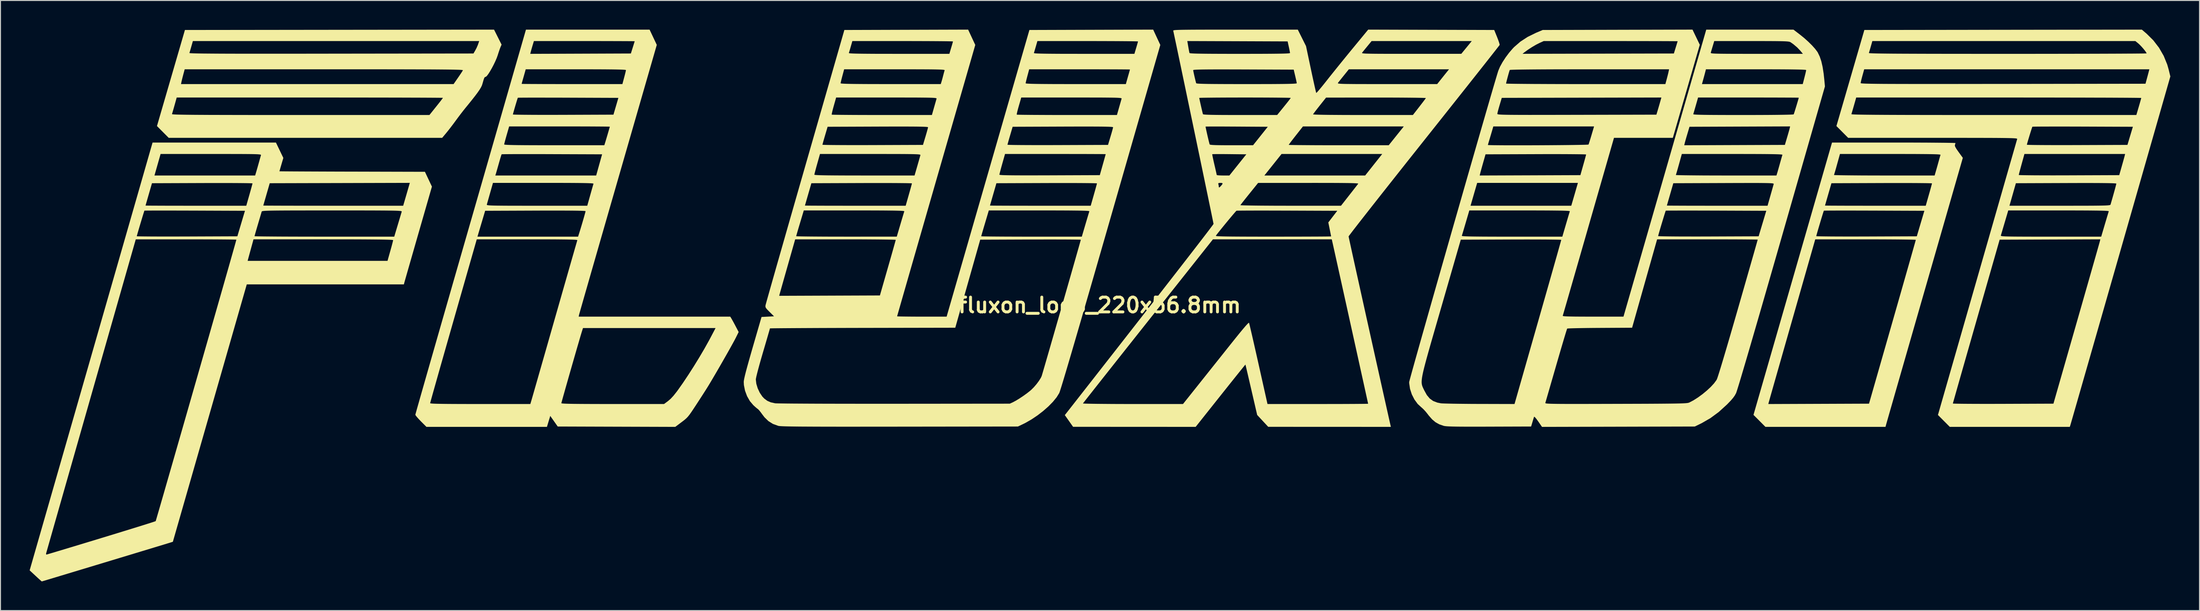
<source format=kicad_pcb>
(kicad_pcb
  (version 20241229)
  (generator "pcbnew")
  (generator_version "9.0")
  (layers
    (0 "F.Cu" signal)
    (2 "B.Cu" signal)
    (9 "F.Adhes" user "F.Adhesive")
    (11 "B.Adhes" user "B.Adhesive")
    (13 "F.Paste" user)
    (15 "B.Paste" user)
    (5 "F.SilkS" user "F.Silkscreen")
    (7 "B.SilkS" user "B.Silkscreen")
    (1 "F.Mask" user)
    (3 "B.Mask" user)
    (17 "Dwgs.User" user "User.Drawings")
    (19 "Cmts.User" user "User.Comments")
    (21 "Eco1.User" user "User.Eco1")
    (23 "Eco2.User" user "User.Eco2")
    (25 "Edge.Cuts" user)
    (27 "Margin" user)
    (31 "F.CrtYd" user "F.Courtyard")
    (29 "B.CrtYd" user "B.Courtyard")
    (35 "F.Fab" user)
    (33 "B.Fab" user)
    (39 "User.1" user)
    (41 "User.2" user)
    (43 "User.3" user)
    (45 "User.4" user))
  (footprint "fluxon_logo_220x56.8mm"
    (layer "F.Cu")
    (at 110.058 28.378)
    (property "Reference" "fluxon_logo_220x56.8mm" (at 0 0 0) (layer "F.SilkS") (effects (font (size 1.524 1.524) (thickness 0.3))))
    (attr through_hole)
    (fp_poly (pts (xy -61.903 -27.604) (xy -61.516 -26.833) (xy -61.625 -26.583) (xy -61.696 -26.4) (xy -61.788 -26.134) (xy -61.886 -25.833) (xy -61.912 -25.746) (xy -62.017 -25.453) (xy -62.161 -25.118) (xy -62.331 -24.763) (xy -62.515 -24.413) (xy -62.7 -24.091) (xy -62.872 -23.819) (xy -63.019 -23.622) (xy -63.127 -23.523) (xy -63.147 -23.517) (xy -63.212 -23.5) (xy -63.264 -23.456) (xy -63.313 -23.36) (xy -63.372 -23.189) (xy -63.45 -22.919) (xy -63.495 -22.761) (xy -63.553 -22.597) (xy -63.648 -22.406) (xy -63.788 -22.177) (xy -63.98 -21.899) (xy -64.235 -21.558) (xy -64.559 -21.145) (xy -64.961 -20.645) (xy -65.233 -20.313) (xy -65.459 -20.03) (xy -65.729 -19.681) (xy -66.008 -19.311) (xy -66.238 -18.998) (xy -66.489 -18.657) (xy -66.759 -18.302) (xy -67.013 -17.976) (xy -67.208 -17.735) (xy -67.628 -17.233) (xy -95.755 -17.233) (xy -96.359 -17.84) (xy -96.963 -18.448) (xy -96.605 -19.681) (xy -95.419 -19.681) (xy -95.407 -19.669) (xy -95.357 -19.659) (xy -95.264 -19.649) (xy -95.123 -19.64) (xy -94.929 -19.632) (xy -94.676 -19.625) (xy -94.358 -19.619) (xy -93.971 -19.613) (xy -93.509 -19.608) (xy -92.967 -19.603) (xy -92.339 -19.6) (xy -91.62 -19.596) (xy -90.805 -19.594) (xy -89.888 -19.592) (xy -88.864 -19.59) (xy -87.727 -19.588) (xy -86.473 -19.587) (xy -85.096 -19.587) (xy -83.59 -19.586) (xy -82.196 -19.586) (xy -68.937 -19.586) (xy -68.243 -20.452) (xy -68.008 -20.747) (xy -67.807 -21.003) (xy -67.655 -21.202) (xy -67.566 -21.323) (xy -67.549 -21.352) (xy -67.617 -21.356) (xy -67.817 -21.359) (xy -68.142 -21.362) (xy -68.586 -21.365) (xy -69.142 -21.368) (xy -69.803 -21.371) (xy -70.563 -21.373) (xy -71.416 -21.376) (xy -72.354 -21.378) (xy -73.372 -21.38) (xy -74.462 -21.381) (xy -75.618 -21.383) (xy -76.833 -21.384) (xy -78.101 -21.385) (xy -79.415 -21.386) (xy -80.769 -21.386) (xy -81.24 -21.386) (xy -94.932 -21.386) (xy -95.157 -20.581) (xy -95.248 -20.259) (xy -95.328 -19.982) (xy -95.388 -19.779) (xy -95.419 -19.681) (xy -96.605 -19.681) (xy -95.707 -22.77) (xy -94.489 -22.77) (xy -66.452 -22.77) (xy -65.992 -23.434) (xy -65.807 -23.706) (xy -65.65 -23.941) (xy -65.54 -24.114) (xy -65.495 -24.196) (xy -65.505 -24.207) (xy -65.55 -24.218) (xy -65.634 -24.227) (xy -65.761 -24.236) (xy -65.939 -24.244) (xy -66.171 -24.251) (xy -66.463 -24.258) (xy -66.821 -24.264) (xy -67.249 -24.269) (xy -67.752 -24.273) (xy -68.337 -24.277) (xy -69.007 -24.281) (xy -69.769 -24.283) (xy -70.628 -24.286) (xy -71.588 -24.288) (xy -72.655 -24.29) (xy -73.835 -24.291) (xy -75.132 -24.292) (xy -76.552 -24.292) (xy -78.1 -24.293) (xy -79.781 -24.293) (xy -94.11 -24.293) (xy -94.255 -23.756) (xy -94.33 -23.468) (xy -94.396 -23.203) (xy -94.44 -23.012) (xy -94.444 -22.995) (xy -94.489 -22.77) (xy -95.707 -22.77) (xy -94.776 -25.971) (xy -93.625 -25.971) (xy -93.605 -25.961) (xy -93.533 -25.951) (xy -93.405 -25.943) (xy -93.217 -25.935) (xy -92.963 -25.928) (xy -92.639 -25.922) (xy -92.24 -25.916) (xy -91.761 -25.912) (xy -91.198 -25.908) (xy -90.546 -25.904) (xy -89.8 -25.901) (xy -88.956 -25.899) (xy -88.009 -25.898) (xy -86.953 -25.897) (xy -85.786 -25.897) (xy -84.5 -25.897) (xy -83.093 -25.898) (xy -81.56 -25.899) (xy -79.894 -25.901) (xy -79.033 -25.902) (xy -64.409 -25.919) (xy -64.227 -26.231) (xy -64.089 -26.494) (xy -63.965 -26.781) (xy -63.932 -26.871) (xy -63.82 -27.199) (xy -93.269 -27.199) (xy -93.432 -26.628) (xy -93.509 -26.358) (xy -93.575 -26.134) (xy -93.618 -25.993) (xy -93.625 -25.971) (xy -94.776 -25.971) (xy -94.087 -28.341) (xy -62.29 -28.376)) (stroke (width 0) (type solid)) (fill yes) (layer "F.SilkS"))
    (fp_poly (pts (xy 82.607 -16.748) (xy 83.491 -16.747) (xy 84.325 -16.744) (xy 85.099 -16.741) (xy 85.803 -16.736) (xy 86.428 -16.731) (xy 86.965 -16.726) (xy 87.403 -16.719) (xy 87.732 -16.713) (xy 87.944 -16.705) (xy 88.029 -16.698) (xy 88.03 -16.697) (xy 88.003 -16.596) (xy 87.972 -16.508) (xy 87.966 -16.415) (xy 88.019 -16.279) (xy 88.138 -16.078) (xy 88.336 -15.794) (xy 88.351 -15.773) (xy 88.785 -15.174) (xy 84.878 -1.583) (xy 84.493 -0.245) (xy 84.118 1.06) (xy 83.755 2.325) (xy 83.405 3.544) (xy 83.07 4.71) (xy 82.752 5.817) (xy 82.453 6.858) (xy 82.174 7.828) (xy 81.918 8.719) (xy 81.687 9.526) (xy 81.482 10.242) (xy 81.304 10.86) (xy 81.157 11.374) (xy 81.041 11.779) (xy 80.959 12.066) (xy 80.912 12.231) (xy 80.902 12.267) (xy 80.832 12.527) (xy 68.48 12.527) (xy 67.867 11.91) (xy 67.253 11.294) (xy 67.575 10.175) (xy 68.778 10.175) (xy 73.957 10.157) (xy 79.136 10.139) (xy 81.542 1.73) (xy 81.841 0.683) (xy 82.13 -0.327) (xy 82.406 -1.293) (xy 82.666 -2.206) (xy 82.909 -3.058) (xy 83.132 -3.842) (xy 83.333 -4.548) (xy 83.51 -5.17) (xy 83.66 -5.7) (xy 83.781 -6.128) (xy 83.872 -6.448) (xy 83.928 -6.652) (xy 83.949 -6.73) (xy 83.949 -6.731) (xy 83.882 -6.739) (xy 83.687 -6.747) (xy 83.376 -6.754) (xy 82.958 -6.761) (xy 82.444 -6.767) (xy 81.846 -6.772) (xy 81.173 -6.776) (xy 80.437 -6.779) (xy 79.648 -6.781) (xy 78.817 -6.782) (xy 78.778 -6.782) (xy 73.605 -6.781) (xy 71.231 1.54) (xy 70.933 2.585) (xy 70.645 3.593) (xy 70.37 4.559) (xy 70.11 5.472) (xy 69.867 6.326) (xy 69.643 7.111) (xy 69.441 7.821) (xy 69.263 8.446) (xy 69.112 8.978) (xy 68.989 9.41) (xy 68.898 9.733) (xy 68.84 9.939) (xy 68.818 10.019) (xy 68.778 10.175) (xy 67.575 10.175) (xy 71.291 -2.727) (xy 72.554 -7.111) (xy 73.709 -7.111) (xy 73.776 -7.103) (xy 73.971 -7.095) (xy 74.283 -7.089) (xy 74.702 -7.084) (xy 75.215 -7.079) (xy 75.814 -7.076) (xy 76.487 -7.074) (xy 77.223 -7.073) (xy 78.012 -7.074) (xy 78.843 -7.076) (xy 78.88 -7.076) (xy 84.051 -7.094) (xy 84.441 -8.409) (xy 84.831 -9.724) (xy 79.674 -9.742) (xy 78.842 -9.744) (xy 78.051 -9.746) (xy 77.312 -9.747) (xy 76.635 -9.747) (xy 76.031 -9.747) (xy 75.512 -9.746) (xy 75.087 -9.744) (xy 74.769 -9.741) (xy 74.567 -9.738) (xy 74.492 -9.734) (xy 74.492 -9.734) (xy 74.465 -9.663) (xy 74.407 -9.484) (xy 74.326 -9.222) (xy 74.228 -8.902) (xy 74.122 -8.548) (xy 74.014 -8.185) (xy 73.912 -7.839) (xy 73.823 -7.533) (xy 73.756 -7.294) (xy 73.716 -7.146) (xy 73.709 -7.111) (xy 72.554 -7.111) (xy 73.461 -10.26) (xy 74.61 -10.26) (xy 74.677 -10.258) (xy 74.872 -10.255) (xy 75.184 -10.252) (xy 75.602 -10.25) (xy 76.116 -10.248) (xy 76.714 -10.246) (xy 77.387 -10.245) (xy 78.124 -10.244) (xy 78.913 -10.243) (xy 79.744 -10.243) (xy 79.789 -10.243) (xy 84.97 -10.243) (xy 85.291 -11.369) (xy 85.398 -11.744) (xy 85.489 -12.072) (xy 85.559 -12.331) (xy 85.602 -12.496) (xy 85.613 -12.546) (xy 85.545 -12.554) (xy 85.35 -12.561) (xy 85.038 -12.568) (xy 84.62 -12.573) (xy 84.106 -12.577) (xy 83.507 -12.58) (xy 82.834 -12.582) (xy 82.098 -12.582) (xy 81.309 -12.582) (xy 80.478 -12.579) (xy 80.442 -12.579) (xy 75.272 -12.562) (xy 74.942 -11.42) (xy 74.834 -11.045) (xy 74.74 -10.72) (xy 74.668 -10.467) (xy 74.623 -10.307) (xy 74.61 -10.26) (xy 73.461 -10.26) (xy 74.368 -13.409) (xy 75.531 -13.409) (xy 75.593 -13.401) (xy 75.783 -13.393) (xy 76.091 -13.386) (xy 76.505 -13.379) (xy 77.014 -13.373) (xy 77.61 -13.368) (xy 78.28 -13.363) (xy 79.014 -13.36) (xy 79.801 -13.358) (xy 80.632 -13.357) (xy 80.692 -13.357) (xy 85.884 -13.357) (xy 86.02 -13.825) (xy 86.109 -14.135) (xy 86.212 -14.5) (xy 86.306 -14.841) (xy 86.307 -14.842) (xy 86.381 -15.109) (xy 86.445 -15.33) (xy 86.487 -15.465) (xy 86.493 -15.482) (xy 86.477 -15.5) (xy 86.412 -15.515) (xy 86.289 -15.528) (xy 86.1 -15.539) (xy 85.836 -15.548) (xy 85.49 -15.555) (xy 85.054 -15.561) (xy 84.519 -15.565) (xy 83.877 -15.569) (xy 83.12 -15.571) (xy 82.241 -15.572) (xy 81.337 -15.572) (xy 76.147 -15.572) (xy 75.854 -14.517) (xy 75.753 -14.153) (xy 75.662 -13.837) (xy 75.59 -13.593) (xy 75.544 -13.443) (xy 75.531 -13.409) (xy 74.368 -13.409) (xy 75.33 -16.749) (xy 81.682 -16.749)) (stroke (width 0) (type solid)) (fill yes) (layer "F.SilkS"))
    (fp_poly (pts (xy -84.345 -15.957) (xy -83.964 -15.166) (xy -84.164 -14.487) (xy -84.248 -14.202) (xy -84.314 -13.973) (xy -84.356 -13.827) (xy -84.366 -13.79) (xy -84.298 -13.788) (xy -84.101 -13.785) (xy -83.783 -13.782) (xy -83.354 -13.779) (xy -82.822 -13.776) (xy -82.196 -13.773) (xy -81.485 -13.77) (xy -80.698 -13.767) (xy -79.843 -13.764) (xy -78.931 -13.761) (xy -77.969 -13.758) (xy -76.967 -13.756) (xy -76.883 -13.756) (xy -69.4 -13.738) (xy -69.041 -12.976) (xy -68.681 -12.213) (xy -70.084 -7.335) (xy -70.313 -6.538) (xy -70.531 -5.777) (xy -70.736 -5.063) (xy -70.924 -4.408) (xy -71.093 -3.821) (xy -71.238 -3.314) (xy -71.357 -2.897) (xy -71.447 -2.582) (xy -71.504 -2.379) (xy -71.526 -2.301) (xy -71.566 -2.146) (xy -87.725 -2.146) (xy -91.526 11.107) (xy -95.327 24.359) (xy -95.539 24.427) (xy -95.665 24.466) (xy -95.907 24.54) (xy -96.255 24.646) (xy -96.698 24.78) (xy -97.225 24.94) (xy -97.825 25.123) (xy -98.487 25.323) (xy -99.201 25.54) (xy -99.956 25.769) (xy -100.741 26.006) (xy -101.545 26.25) (xy -102.357 26.496) (xy -103.167 26.741) (xy -103.963 26.982) (xy -104.735 27.215) (xy -105.472 27.438) (xy -106.164 27.647) (xy -106.798 27.839) (xy -107.365 28.01) (xy -107.854 28.158) (xy -108.254 28.278) (xy -108.554 28.368) (xy -108.743 28.424) (xy -108.81 28.444) (xy -108.81 28.444) (xy -108.866 28.399) (xy -109.003 28.278) (xy -109.2 28.099) (xy -109.438 27.88) (xy -109.445 27.873) (xy -110.058 27.303) (xy -109.564 25.579) (xy -108.37 25.579) (xy -108.356 25.666) (xy -108.329 25.677) (xy -108.255 25.657) (xy -108.058 25.6) (xy -107.748 25.508) (xy -107.336 25.385) (xy -106.83 25.233) (xy -106.241 25.055) (xy -105.578 24.855) (xy -104.852 24.635) (xy -104.072 24.398) (xy -103.248 24.148) (xy -102.706 23.982) (xy -101.859 23.724) (xy -101.05 23.476) (xy -100.289 23.242) (xy -99.586 23.025) (xy -98.95 22.828) (xy -98.392 22.654) (xy -97.921 22.506) (xy -97.546 22.387) (xy -97.279 22.3) (xy -97.127 22.248) (xy -97.096 22.235) (xy -97.074 22.166) (xy -97.016 21.971) (xy -96.925 21.658) (xy -96.801 21.234) (xy -96.648 20.706) (xy -96.468 20.082) (xy -96.262 19.37) (xy -96.034 18.575) (xy -95.784 17.707) (xy -95.515 16.772) (xy -95.229 15.778) (xy -94.929 14.732) (xy -94.616 13.642) (xy -94.292 12.514) (xy -93.96 11.357) (xy -93.622 10.177) (xy -93.28 8.982) (xy -92.935 7.78) (xy -92.591 6.577) (xy -92.249 5.382) (xy -91.911 4.201) (xy -91.579 3.042) (xy -91.257 1.912) (xy -90.944 0.819) (xy -90.645 -0.229) (xy -90.36 -1.227) (xy -90.092 -2.166) (xy -89.844 -3.038) (xy -89.616 -3.837) (xy -89.412 -4.555) (xy -89.409 -4.568) (xy -87.636 -4.568) (xy -73.249 -4.568) (xy -72.96 -5.593) (xy -72.859 -5.954) (xy -72.774 -6.27) (xy -72.711 -6.516) (xy -72.675 -6.668) (xy -72.67 -6.701) (xy -72.703 -6.715) (xy -72.804 -6.727) (xy -72.979 -6.738) (xy -73.235 -6.747) (xy -73.577 -6.756) (xy -74.012 -6.763) (xy -74.545 -6.768) (xy -75.182 -6.773) (xy -75.929 -6.777) (xy -76.792 -6.78) (xy -77.777 -6.781) (xy -78.89 -6.782) (xy -79.851 -6.783) (xy -87.032 -6.783) (xy -87.293 -5.831) (xy -87.391 -5.475) (xy -87.478 -5.157) (xy -87.547 -4.905) (xy -87.589 -4.748) (xy -87.595 -4.724) (xy -87.636 -4.568) (xy -89.409 -4.568) (xy -89.234 -5.184) (xy -89.083 -5.718) (xy -88.961 -6.148) (xy -88.872 -6.468) (xy -88.816 -6.671) (xy -88.796 -6.747) (xy -88.796 -6.748) (xy -88.864 -6.753) (xy -89.059 -6.759) (xy -89.371 -6.764) (xy -89.789 -6.768) (xy -90.303 -6.772) (xy -90.902 -6.776) (xy -91.575 -6.778) (xy -92.311 -6.78) (xy -93.1 -6.782) (xy -93.931 -6.782) (xy -93.97 -6.782) (xy -99.143 -6.782) (xy -103.746 9.35) (xy -104.161 10.807) (xy -104.567 12.229) (xy -104.961 13.611) (xy -105.342 14.947) (xy -105.708 16.231) (xy -106.058 17.458) (xy -106.39 18.621) (xy -106.701 19.715) (xy -106.992 20.734) (xy -107.259 21.672) (xy -107.502 22.523) (xy -107.718 23.283) (xy -107.906 23.944) (xy -108.065 24.501) (xy -108.192 24.949) (xy -108.287 25.282) (xy -108.346 25.493) (xy -108.37 25.578) (xy -108.37 25.579) (xy -109.564 25.579) (xy -103.737 5.277) (xy -100.185 -7.101) (xy -99.039 -7.101) (xy -98.972 -7.095) (xy -98.777 -7.089) (xy -98.465 -7.084) (xy -98.046 -7.08) (xy -97.532 -7.076) (xy -96.934 -7.074) (xy -96.261 -7.073) (xy -95.524 -7.073) (xy -94.736 -7.074) (xy -93.905 -7.076) (xy -93.867 -7.076) (xy -88.694 -7.094) (xy -88.691 -7.104) (xy -86.928 -7.104) (xy -86.86 -7.098) (xy -86.663 -7.092) (xy -86.346 -7.087) (xy -85.917 -7.081) (xy -85.387 -7.077) (xy -84.763 -7.072) (xy -84.056 -7.068) (xy -83.274 -7.065) (xy -82.426 -7.063) (xy -81.522 -7.061) (xy -80.57 -7.06) (xy -79.742 -7.059) (xy -72.557 -7.059) (xy -72.189 -8.288) (xy -72.07 -8.685) (xy -71.963 -9.043) (xy -71.876 -9.336) (xy -71.815 -9.543) (xy -71.788 -9.637) (xy -71.788 -9.657) (xy -71.804 -9.674) (xy -71.845 -9.689) (xy -71.918 -9.703) (xy -72.03 -9.714) (xy -72.19 -9.724) (xy -72.405 -9.732) (xy -72.683 -9.739) (xy -73.032 -9.744) (xy -73.46 -9.749) (xy -73.974 -9.752) (xy -74.581 -9.755) (xy -75.291 -9.757) (xy -76.11 -9.758) (xy -77.047 -9.758) (xy -78.108 -9.759) (xy -78.956 -9.759) (xy -80.113 -9.758) (xy -81.139 -9.758) (xy -82.043 -9.757) (xy -82.832 -9.756) (xy -83.514 -9.754) (xy -84.097 -9.751) (xy -84.588 -9.748) (xy -84.995 -9.743) (xy -85.327 -9.737) (xy -85.591 -9.729) (xy -85.795 -9.721) (xy -85.946 -9.71) (xy -86.053 -9.698) (xy -86.123 -9.684) (xy -86.165 -9.668) (xy -86.186 -9.65) (xy -86.192 -9.637) (xy -86.222 -9.534) (xy -86.284 -9.322) (xy -86.372 -9.025) (xy -86.478 -8.667) (xy -86.577 -8.333) (xy -86.69 -7.949) (xy -86.788 -7.613) (xy -86.864 -7.345) (xy -86.913 -7.168) (xy -86.928 -7.104) (xy -88.691 -7.104) (xy -88.303 -8.409) (xy -87.911 -9.724) (xy -93.071 -9.742) (xy -93.903 -9.744) (xy -94.694 -9.746) (xy -95.434 -9.747) (xy -96.11 -9.748) (xy -96.714 -9.748) (xy -97.233 -9.747) (xy -97.657 -9.746) (xy -97.976 -9.744) (xy -98.178 -9.741) (xy -98.253 -9.738) (xy -98.253 -9.738) (xy -98.278 -9.668) (xy -98.335 -9.49) (xy -98.416 -9.229) (xy -98.513 -8.909) (xy -98.619 -8.555) (xy -98.728 -8.192) (xy -98.83 -7.844) (xy -98.92 -7.536) (xy -98.989 -7.294) (xy -99.031 -7.141) (xy -99.039 -7.101) (xy -100.185 -7.101) (xy -99.278 -10.26) (xy -98.138 -10.26) (xy -98.07 -10.258) (xy -97.876 -10.255) (xy -97.564 -10.252) (xy -97.146 -10.25) (xy -96.632 -10.248) (xy -96.033 -10.246) (xy -95.36 -10.245) (xy -94.624 -10.244) (xy -93.835 -10.243) (xy -93.004 -10.243) (xy -92.958 -10.243) (xy -87.777 -10.243) (xy -87.772 -10.26) (xy -86.026 -10.26) (xy -85.958 -10.258) (xy -85.762 -10.256) (xy -85.445 -10.254) (xy -85.016 -10.252) (xy -84.486 -10.25) (xy -83.863 -10.248) (xy -83.156 -10.247) (xy -82.374 -10.245) (xy -81.526 -10.244) (xy -80.622 -10.244) (xy -79.67 -10.243) (xy -78.833 -10.243) (xy -71.638 -10.243) (xy -71.501 -10.71) (xy -71.421 -10.987) (xy -71.318 -11.339) (xy -71.211 -11.71) (xy -71.16 -11.887) (xy -70.955 -12.597) (xy -78.16 -12.579) (xy -85.364 -12.562) (xy -85.694 -11.42) (xy -85.802 -11.045) (xy -85.896 -10.72) (xy -85.968 -10.467) (xy -86.013 -10.307) (xy -86.026 -10.26) (xy -87.772 -10.26) (xy -87.456 -11.369) (xy -87.35 -11.744) (xy -87.259 -12.072) (xy -87.189 -12.331) (xy -87.146 -12.496) (xy -87.135 -12.546) (xy -87.203 -12.554) (xy -87.398 -12.561) (xy -87.71 -12.568) (xy -88.128 -12.573) (xy -88.642 -12.577) (xy -89.241 -12.58) (xy -89.914 -12.582) (xy -90.65 -12.582) (xy -91.439 -12.582) (xy -92.269 -12.579) (xy -92.306 -12.579) (xy -97.476 -12.562) (xy -97.806 -11.42) (xy -97.914 -11.045) (xy -98.007 -10.72) (xy -98.08 -10.467) (xy -98.125 -10.307) (xy -98.138 -10.26) (xy -99.278 -10.26) (xy -98.389 -13.357) (xy -97.22 -13.357) (xy -86.864 -13.357) (xy -86.726 -13.825) (xy -86.633 -14.147) (xy -86.529 -14.514) (xy -86.449 -14.8) (xy -86.376 -15.065) (xy -86.312 -15.29) (xy -86.271 -15.432) (xy -86.268 -15.44) (xy -86.263 -15.465) (xy -86.272 -15.486) (xy -86.303 -15.505) (xy -86.367 -15.52) (xy -86.471 -15.533) (xy -86.625 -15.544) (xy -86.838 -15.552) (xy -87.12 -15.559) (xy -87.479 -15.564) (xy -87.925 -15.567) (xy -88.466 -15.57) (xy -89.113 -15.571) (xy -89.874 -15.572) (xy -90.758 -15.572) (xy -91.408 -15.572) (xy -96.59 -15.572) (xy -96.905 -14.465) (xy -97.22 -13.357) (xy -98.389 -13.357) (xy -97.416 -16.749) (xy -84.725 -16.749)) (stroke (width 0) (type solid)) (fill yes) (layer "F.SilkS"))
    (fp_poly (pts (xy 107.692 -27.955) (xy 108.379 -27.275) (xy 108.968 -26.508) (xy 109.449 -25.671) (xy 109.811 -24.782) (xy 109.952 -24.288) (xy 110.131 -23.556) (xy 105.032 -5.739) (xy 104.593 -4.206) (xy 104.163 -2.706) (xy 103.745 -1.245) (xy 103.34 0.171) (xy 102.948 1.538) (xy 102.573 2.848) (xy 102.215 4.098) (xy 101.876 5.28) (xy 101.558 6.391) (xy 101.262 7.423) (xy 100.99 8.372) (xy 100.743 9.233) (xy 100.524 9.999) (xy 100.332 10.665) (xy 100.171 11.225) (xy 100.042 11.675) (xy 99.946 12.008) (xy 99.885 12.219) (xy 99.861 12.302) (xy 99.79 12.527) (xy 87.444 12.527) (xy 86.835 11.915) (xy 86.226 11.303) (xy 86.564 10.122) (xy 87.76 10.122) (xy 87.827 10.131) (xy 88.022 10.138) (xy 88.334 10.144) (xy 88.752 10.15) (xy 89.266 10.154) (xy 89.864 10.157) (xy 90.537 10.159) (xy 91.273 10.16) (xy 92.062 10.159) (xy 92.892 10.157) (xy 92.931 10.157) (xy 98.105 10.139) (xy 100.472 1.869) (xy 100.77 0.827) (xy 101.058 -0.179) (xy 101.333 -1.143) (xy 101.594 -2.055) (xy 101.837 -2.907) (xy 102.061 -3.692) (xy 102.263 -4.401) (xy 102.441 -5.025) (xy 102.592 -5.557) (xy 102.714 -5.988) (xy 102.805 -6.31) (xy 102.862 -6.515) (xy 102.883 -6.593) (xy 102.926 -6.783) (xy 97.75 -6.766) (xy 92.573 -6.748) (xy 90.168 1.661) (xy 89.868 2.708) (xy 89.58 3.719) (xy 89.304 4.684) (xy 89.043 5.597) (xy 88.8 6.45) (xy 88.577 7.233) (xy 88.376 7.94) (xy 88.199 8.562) (xy 88.049 9.091) (xy 87.928 9.52) (xy 87.838 9.84) (xy 87.781 10.043) (xy 87.76 10.122) (xy 87.76 10.122) (xy 86.564 10.122) (xy 90.282 -2.844) (xy 90.673 -4.208) (xy 91.054 -5.537) (xy 91.424 -6.825) (xy 91.519 -7.158) (xy 92.697 -7.158) (xy 92.714 -7.138) (xy 92.759 -7.121) (xy 92.841 -7.107) (xy 92.969 -7.095) (xy 93.151 -7.085) (xy 93.398 -7.078) (xy 93.718 -7.072) (xy 94.12 -7.067) (xy 94.613 -7.064) (xy 95.207 -7.062) (xy 95.91 -7.06) (xy 96.733 -7.06) (xy 97.683 -7.06) (xy 97.841 -7.06) (xy 103.019 -7.06) (xy 103.392 -8.323) (xy 103.511 -8.723) (xy 103.617 -9.08) (xy 103.705 -9.372) (xy 103.767 -9.577) (xy 103.797 -9.671) (xy 103.797 -9.672) (xy 103.778 -9.689) (xy 103.702 -9.703) (xy 103.562 -9.716) (xy 103.349 -9.727) (xy 103.056 -9.735) (xy 102.675 -9.743) (xy 102.198 -9.748) (xy 101.618 -9.753) (xy 100.927 -9.756) (xy 100.117 -9.758) (xy 99.181 -9.758) (xy 98.644 -9.759) (xy 93.458 -9.759) (xy 93.095 -8.53) (xy 92.978 -8.132) (xy 92.872 -7.775) (xy 92.786 -7.481) (xy 92.725 -7.274) (xy 92.698 -7.181) (xy 92.697 -7.158) (xy 91.519 -7.158) (xy 91.78 -8.066) (xy 92.12 -9.254) (xy 92.404 -10.243) (xy 93.582 -10.243) (xy 98.763 -10.243) (xy 99.735 -10.243) (xy 100.577 -10.244) (xy 101.3 -10.245) (xy 101.912 -10.247) (xy 102.423 -10.25) (xy 102.841 -10.255) (xy 103.176 -10.261) (xy 103.438 -10.268) (xy 103.635 -10.278) (xy 103.778 -10.29) (xy 103.874 -10.304) (xy 103.933 -10.321) (xy 103.965 -10.34) (xy 103.979 -10.363) (xy 103.979 -10.364) (xy 104.1 -10.78) (xy 104.22 -11.197) (xy 104.331 -11.593) (xy 104.429 -11.946) (xy 104.506 -12.234) (xy 104.557 -12.433) (xy 104.576 -12.522) (xy 104.576 -12.522) (xy 104.528 -12.537) (xy 104.381 -12.55) (xy 104.131 -12.561) (xy 103.773 -12.57) (xy 103.303 -12.576) (xy 102.716 -12.581) (xy 102.007 -12.583) (xy 101.172 -12.583) (xy 100.207 -12.582) (xy 99.409 -12.579) (xy 94.243 -12.562) (xy 94.045 -11.869) (xy 93.944 -11.513) (xy 93.839 -11.145) (xy 93.748 -10.824) (xy 93.715 -10.71) (xy 93.582 -10.243) (xy 92.404 -10.243) (xy 92.444 -10.383) (xy 92.749 -11.446) (xy 93.033 -12.437) (xy 93.295 -13.351) (xy 93.312 -13.409) (xy 94.539 -13.409) (xy 94.607 -13.401) (xy 94.802 -13.393) (xy 95.115 -13.387) (xy 95.533 -13.382) (xy 96.047 -13.377) (xy 96.646 -13.374) (xy 97.319 -13.372) (xy 98.055 -13.371) (xy 98.844 -13.372) (xy 99.674 -13.374) (xy 99.707 -13.374) (xy 104.874 -13.392) (xy 105.129 -14.292) (xy 105.228 -14.642) (xy 105.317 -14.959) (xy 105.386 -15.211) (xy 105.428 -15.367) (xy 105.431 -15.382) (xy 105.478 -15.572) (xy 95.122 -15.572) (xy 94.83 -14.517) (xy 94.731 -14.154) (xy 94.646 -13.838) (xy 94.582 -13.593) (xy 94.546 -13.443) (xy 94.539 -13.409) (xy 93.312 -13.409) (xy 93.533 -14.18) (xy 93.745 -14.919) (xy 93.93 -15.562) (xy 94.085 -16.102) (xy 94.206 -16.523) (xy 95.373 -16.523) (xy 95.44 -16.515) (xy 95.635 -16.508) (xy 95.947 -16.501) (xy 96.365 -16.496) (xy 96.878 -16.492) (xy 97.477 -16.489) (xy 98.15 -16.487) (xy 98.886 -16.486) (xy 99.675 -16.487) (xy 100.505 -16.489) (xy 100.544 -16.489) (xy 105.717 -16.507) (xy 105.997 -17.441) (xy 106.277 -18.375) (xy 101.125 -18.393) (xy 100.293 -18.395) (xy 99.502 -18.397) (xy 98.762 -18.398) (xy 98.085 -18.397) (xy 97.482 -18.396) (xy 96.962 -18.395) (xy 96.537 -18.392) (xy 96.218 -18.389) (xy 96.016 -18.384) (xy 95.941 -18.38) (xy 95.941 -18.38) (xy 95.911 -18.307) (xy 95.852 -18.131) (xy 95.772 -17.881) (xy 95.681 -17.589) (xy 95.588 -17.283) (xy 95.501 -16.993) (xy 95.431 -16.749) (xy 95.385 -16.582) (xy 95.373 -16.523) (xy 94.206 -16.523) (xy 94.209 -16.533) (xy 94.299 -16.85) (xy 94.356 -17.045) (xy 94.375 -17.112) (xy 94.375 -17.13) (xy 94.36 -17.146) (xy 94.322 -17.16) (xy 94.254 -17.173) (xy 94.15 -17.184) (xy 94.002 -17.193) (xy 93.803 -17.202) (xy 93.546 -17.209) (xy 93.224 -17.215) (xy 92.83 -17.22) (xy 92.357 -17.224) (xy 91.798 -17.227) (xy 91.146 -17.229) (xy 90.394 -17.231) (xy 89.534 -17.232) (xy 88.56 -17.233) (xy 87.464 -17.233) (xy 86.24 -17.233) (xy 85.702 -17.233) (xy 76.993 -17.233) (xy 76.388 -17.841) (xy 75.783 -18.449) (xy 76.139 -19.673) (xy 77.324 -19.673) (xy 77.344 -19.663) (xy 77.417 -19.653) (xy 77.546 -19.645) (xy 77.736 -19.637) (xy 77.992 -19.629) (xy 78.319 -19.623) (xy 78.721 -19.617) (xy 79.203 -19.612) (xy 79.769 -19.607) (xy 80.425 -19.603) (xy 81.175 -19.599) (xy 82.024 -19.596) (xy 82.976 -19.593) (xy 84.036 -19.591) (xy 85.209 -19.59) (xy 86.5 -19.588) (xy 87.912 -19.587) (xy 89.452 -19.587) (xy 91.123 -19.586) (xy 91.963 -19.586) (xy 106.633 -19.586) (xy 106.885 -20.442) (xy 106.98 -20.767) (xy 107.058 -21.042) (xy 107.113 -21.241) (xy 107.136 -21.338) (xy 107.137 -21.342) (xy 107.069 -21.346) (xy 106.868 -21.35) (xy 106.543 -21.354) (xy 106.097 -21.358) (xy 105.539 -21.362) (xy 104.874 -21.365) (xy 104.109 -21.369) (xy 103.251 -21.372) (xy 102.304 -21.374) (xy 101.277 -21.377) (xy 100.175 -21.379) (xy 99.004 -21.381) (xy 97.772 -21.383) (xy 96.483 -21.384) (xy 95.146 -21.385) (xy 93.766 -21.386) (xy 92.478 -21.386) (xy 77.82 -21.386) (xy 77.587 -20.573) (xy 77.495 -20.251) (xy 77.414 -19.974) (xy 77.354 -19.772) (xy 77.324 -19.673) (xy 77.324 -19.673) (xy 76.139 -19.673) (xy 77.069 -22.875) (xy 78.276 -22.875) (xy 78.287 -22.863) (xy 78.322 -22.851) (xy 78.387 -22.841) (xy 78.488 -22.832) (xy 78.629 -22.824) (xy 78.816 -22.816) (xy 79.055 -22.81) (xy 79.35 -22.804) (xy 79.707 -22.799) (xy 80.132 -22.794) (xy 80.629 -22.79) (xy 81.205 -22.787) (xy 81.864 -22.785) (xy 82.612 -22.783) (xy 83.454 -22.782) (xy 84.395 -22.781) (xy 85.441 -22.781) (xy 86.598 -22.781) (xy 87.87 -22.782) (xy 89.262 -22.783) (xy 90.781 -22.785) (xy 92.432 -22.787) (xy 92.924 -22.787) (xy 107.573 -22.805) (xy 107.724 -23.358) (xy 107.801 -23.643) (xy 107.869 -23.899) (xy 107.916 -24.078) (xy 107.922 -24.102) (xy 107.97 -24.293) (xy 78.641 -24.293) (xy 78.458 -23.636) (xy 78.38 -23.344) (xy 78.319 -23.095) (xy 78.283 -22.925) (xy 78.276 -22.875) (xy 77.069 -22.875) (xy 77.22 -23.395) (xy 77.968 -25.971) (xy 79.123 -25.971) (xy 79.143 -25.961) (xy 79.216 -25.951) (xy 79.345 -25.942) (xy 79.536 -25.934) (xy 79.793 -25.927) (xy 80.12 -25.92) (xy 80.524 -25.914) (xy 81.008 -25.909) (xy 81.577 -25.904) (xy 82.236 -25.9) (xy 82.989 -25.897) (xy 83.842 -25.894) (xy 84.799 -25.891) (xy 85.865 -25.889) (xy 87.045 -25.887) (xy 88.343 -25.886) (xy 89.764 -25.885) (xy 91.313 -25.885) (xy 92.995 -25.884) (xy 93.391 -25.884) (xy 94.788 -25.885) (xy 96.147 -25.885) (xy 97.462 -25.886) (xy 98.727 -25.888) (xy 99.936 -25.89) (xy 101.082 -25.892) (xy 102.158 -25.894) (xy 103.159 -25.897) (xy 104.077 -25.9) (xy 104.906 -25.903) (xy 105.64 -25.907) (xy 106.273 -25.91) (xy 106.797 -25.914) (xy 107.207 -25.918) (xy 107.496 -25.923) (xy 107.657 -25.927) (xy 107.69 -25.93) (xy 107.646 -26.028) (xy 107.529 -26.195) (xy 107.364 -26.401) (xy 107.176 -26.616) (xy 106.989 -26.812) (xy 106.839 -26.95) (xy 106.534 -27.199) (xy 79.479 -27.199) (xy 79.316 -26.628) (xy 79.238 -26.358) (xy 79.173 -26.134) (xy 79.13 -25.993) (xy 79.123 -25.971) (xy 77.968 -25.971) (xy 78.657 -28.341) (xy 92.93 -28.359) (xy 107.202 -28.376)) (stroke (width 0) (type solid)) (fill yes) (layer "F.SilkS"))
    (fp_poly (pts (xy -45.922 -27.592) (xy -45.552 -26.807) (xy -49.529 -13.006) (xy -49.917 -11.658) (xy -50.296 -10.345) (xy -50.662 -9.072) (xy -51.015 -7.845) (xy -51.353 -6.672) (xy -51.673 -5.557) (xy -51.974 -4.509) (xy -52.255 -3.532) (xy -52.513 -2.634) (xy -52.746 -1.819) (xy -52.954 -1.096) (xy -53.133 -0.47) (xy -53.282 0.053) (xy -53.4 0.467) (xy -53.484 0.764) (xy -53.534 0.939) (xy -53.546 0.986) (xy -53.586 1.177) (xy -37.994 1.177) (xy -37.871 1.379) (xy -37.785 1.53) (xy -37.656 1.764) (xy -37.508 2.04) (xy -37.44 2.17) (xy -37.131 2.76) (xy -37.428 3.36) (xy -37.548 3.591) (xy -37.728 3.922) (xy -37.956 4.334) (xy -38.221 4.808) (xy -38.514 5.324) (xy -38.822 5.864) (xy -39.135 6.409) (xy -39.442 6.938) (xy -39.732 7.434) (xy -39.994 7.878) (xy -40.217 8.249) (xy -40.315 8.409) (xy -40.491 8.69) (xy -40.723 9.054) (xy -40.99 9.469) (xy -41.271 9.903) (xy -41.545 10.324) (xy -41.546 10.325) (xy -41.816 10.735) (xy -42.028 11.05) (xy -42.201 11.29) (xy -42.351 11.477) (xy -42.497 11.63) (xy -42.655 11.772) (xy -42.844 11.921) (xy -42.999 12.038) (xy -43.65 12.528) (xy -49.696 12.51) (xy -55.742 12.492) (xy -56.126 11.945) (xy -56.51 11.399) (xy -56.851 12.527) (xy -69.247 12.527) (xy -69.817 11.955) (xy -70.042 11.72) (xy -70.225 11.514) (xy -70.347 11.358) (xy -70.387 11.28) (xy -70.368 11.206) (xy -70.313 11.004) (xy -70.222 10.679) (xy -70.097 10.237) (xy -70.054 10.088) (xy -68.864 10.088) (xy -68.837 10.104) (xy -68.753 10.119) (xy -68.603 10.132) (xy -68.379 10.142) (xy -68.075 10.151) (xy -67.681 10.158) (xy -67.19 10.164) (xy -66.595 10.168) (xy -65.888 10.171) (xy -65.061 10.173) (xy -64.106 10.174) (xy -63.711 10.174) (xy -58.557 10.174) (xy -58.533 10.09) (xy -55.368 10.09) (xy -55.339 10.106) (xy -55.247 10.12) (xy -55.085 10.132) (xy -54.845 10.143) (xy -54.52 10.152) (xy -54.103 10.159) (xy -53.586 10.164) (xy -52.962 10.168) (xy -52.224 10.171) (xy -51.364 10.173) (xy -50.375 10.174) (xy -50.086 10.174) (xy -44.805 10.174) (xy -44.392 9.867) (xy -44.125 9.637) (xy -43.833 9.321) (xy -43.501 8.902) (xy -43.384 8.743) (xy -42.86 8) (xy -42.303 7.165) (xy -41.733 6.275) (xy -41.174 5.363) (xy -40.646 4.465) (xy -40.173 3.617) (xy -39.988 3.27) (xy -39.507 2.353) (xy -53.142 2.353) (xy -53.248 2.682) (xy -53.301 2.855) (xy -53.385 3.134) (xy -53.494 3.506) (xy -53.624 3.954) (xy -53.773 4.465) (xy -53.934 5.023) (xy -54.104 5.614) (xy -54.279 6.223) (xy -54.454 6.835) (xy -54.626 7.436) (xy -54.789 8.011) (xy -54.941 8.545) (xy -55.075 9.023) (xy -55.19 9.43) (xy -55.279 9.752) (xy -55.34 9.975) (xy -55.367 10.082) (xy -55.368 10.09) (xy -58.533 10.09) (xy -58.42 9.707) (xy -58.383 9.58) (xy -58.311 9.33) (xy -58.206 8.964) (xy -58.071 8.491) (xy -57.907 7.921) (xy -57.719 7.261) (xy -57.507 6.521) (xy -57.275 5.71) (xy -57.025 4.837) (xy -56.76 3.909) (xy -56.483 2.937) (xy -56.195 1.929) (xy -56.02 1.315) (xy -55.729 0.298) (xy -55.449 -0.683) (xy -55.182 -1.619) (xy -54.929 -2.501) (xy -54.694 -3.323) (xy -54.479 -4.075) (xy -54.286 -4.749) (xy -54.117 -5.336) (xy -53.976 -5.83) (xy -53.863 -6.22) (xy -53.782 -6.5) (xy -53.736 -6.66) (xy -53.725 -6.696) (xy -53.744 -6.713) (xy -53.82 -6.727) (xy -53.96 -6.74) (xy -54.173 -6.751) (xy -54.466 -6.759) (xy -54.847 -6.767) (xy -55.323 -6.772) (xy -55.903 -6.777) (xy -56.593 -6.78) (xy -57.403 -6.782) (xy -58.339 -6.782) (xy -58.88 -6.783) (xy -64.069 -6.783) (xy -66.466 1.609) (xy -66.765 2.656) (xy -67.053 3.667) (xy -67.328 4.633) (xy -67.588 5.547) (xy -67.831 6.4) (xy -68.053 7.185) (xy -68.253 7.894) (xy -68.429 8.517) (xy -68.579 9.049) (xy -68.699 9.479) (xy -68.788 9.801) (xy -68.844 10.007) (xy -68.864 10.087) (xy -68.864 10.088) (xy -70.054 10.088) (xy -69.94 9.683) (xy -69.752 9.022) (xy -69.534 8.259) (xy -69.289 7.4) (xy -69.017 6.449) (xy -68.72 5.411) (xy -68.4 4.293) (xy -68.058 3.099) (xy -67.696 1.834) (xy -67.314 0.504) (xy -66.915 -0.886) (xy -66.501 -2.332) (xy -66.071 -3.827) (xy -65.629 -5.367) (xy -65.175 -6.946) (xy -65.142 -7.059) (xy -63.998 -7.059) (xy -53.649 -7.059) (xy -53.543 -7.388) (xy -53.457 -7.661) (xy -53.357 -7.99) (xy -53.25 -8.348) (xy -53.144 -8.71) (xy -53.046 -9.049) (xy -52.964 -9.341) (xy -52.905 -9.558) (xy -52.878 -9.675) (xy -52.876 -9.685) (xy -52.927 -9.701) (xy -53.083 -9.714) (xy -53.346 -9.724) (xy -53.723 -9.733) (xy -54.215 -9.739) (xy -54.828 -9.743) (xy -55.565 -9.745) (xy -56.43 -9.745) (xy -57.428 -9.744) (xy -58.041 -9.742) (xy -63.206 -9.724) (xy -63.998 -7.059) (xy -65.142 -7.059) (xy -64.711 -8.559) (xy -64.699 -8.599) (xy -64.198 -10.341) (xy -63.034 -10.341) (xy -63.016 -10.322) (xy -62.97 -10.305) (xy -62.888 -10.291) (xy -62.76 -10.279) (xy -62.578 -10.269) (xy -62.331 -10.261) (xy -62.011 -10.255) (xy -61.609 -10.251) (xy -61.115 -10.247) (xy -60.521 -10.245) (xy -59.817 -10.244) (xy -58.995 -10.243) (xy -58.045 -10.243) (xy -57.885 -10.243) (xy -52.703 -10.243) (xy -52.398 -11.333) (xy -52.293 -11.706) (xy -52.2 -12.034) (xy -52.125 -12.295) (xy -52.076 -12.462) (xy -52.062 -12.51) (xy -52.081 -12.526) (xy -52.157 -12.541) (xy -52.298 -12.554) (xy -52.512 -12.564) (xy -52.805 -12.573) (xy -53.187 -12.58) (xy -53.664 -12.586) (xy -54.244 -12.59) (xy -54.936 -12.593) (xy -55.746 -12.595) (xy -56.684 -12.596) (xy -57.216 -12.596) (xy -62.402 -12.596) (xy -62.701 -11.541) (xy -62.806 -11.171) (xy -62.899 -10.842) (xy -62.973 -10.58) (xy -63.021 -10.41) (xy -63.033 -10.364) (xy -63.034 -10.341) (xy -64.198 -10.341) (xy -63.33 -13.357) (xy -62.16 -13.357) (xy -51.786 -13.357) (xy -51.482 -14.448) (xy -51.178 -15.538) (xy -56.329 -15.555) (xy -57.161 -15.558) (xy -57.952 -15.559) (xy -58.691 -15.56) (xy -59.368 -15.56) (xy -59.971 -15.559) (xy -60.491 -15.557) (xy -60.915 -15.554) (xy -61.234 -15.551) (xy -61.436 -15.547) (xy -61.511 -15.542) (xy -61.511 -15.542) (xy -61.54 -15.468) (xy -61.598 -15.285) (xy -61.678 -15.02) (xy -61.771 -14.696) (xy -61.801 -14.59) (xy -61.9 -14.24) (xy -61.989 -13.927) (xy -62.06 -13.681) (xy -62.104 -13.531) (xy -62.11 -13.513) (xy -62.16 -13.357) (xy -63.33 -13.357) (xy -62.411 -16.553) (xy -61.251 -16.553) (xy -61.217 -16.537) (xy -61.111 -16.523) (xy -60.927 -16.511) (xy -60.657 -16.501) (xy -60.295 -16.492) (xy -59.834 -16.485) (xy -59.266 -16.48) (xy -58.586 -16.476) (xy -57.786 -16.474) (xy -56.859 -16.472) (xy -56.1 -16.472) (xy -50.949 -16.472) (xy -50.878 -16.697) (xy -50.823 -16.874) (xy -50.749 -17.122) (xy -50.663 -17.41) (xy -50.576 -17.707) (xy -50.496 -17.983) (xy -50.432 -18.208) (xy -50.393 -18.35) (xy -50.385 -18.384) (xy -50.452 -18.388) (xy -50.647 -18.392) (xy -50.959 -18.396) (xy -51.378 -18.399) (xy -51.892 -18.402) (xy -52.491 -18.405) (xy -53.164 -18.407) (xy -53.9 -18.408) (xy -54.689 -18.409) (xy -55.52 -18.41) (xy -55.561 -18.41) (xy -60.738 -18.41) (xy -60.994 -17.522) (xy -61.089 -17.187) (xy -61.168 -16.898) (xy -61.224 -16.68) (xy -61.25 -16.563) (xy -61.251 -16.553) (xy -62.411 -16.553) (xy -61.523 -19.639) (xy -60.351 -19.639) (xy -60.284 -19.631) (xy -60.088 -19.623) (xy -59.776 -19.617) (xy -59.358 -19.611) (xy -58.844 -19.607) (xy -58.245 -19.603) (xy -57.573 -19.601) (xy -56.836 -19.6) (xy -56.048 -19.601) (xy -55.217 -19.603) (xy -55.181 -19.603) (xy -50.01 -19.621) (xy -49.756 -20.486) (xy -49.503 -21.351) (xy -54.661 -21.369) (xy -55.493 -21.372) (xy -56.284 -21.373) (xy -57.024 -21.374) (xy -57.7 -21.375) (xy -58.304 -21.375) (xy -58.823 -21.374) (xy -59.247 -21.372) (xy -59.566 -21.37) (xy -59.768 -21.367) (xy -59.843 -21.363) (xy -59.843 -21.363) (xy -59.871 -21.291) (xy -59.927 -21.117) (xy -60.002 -20.872) (xy -60.088 -20.586) (xy -60.174 -20.292) (xy -60.252 -20.019) (xy -60.313 -19.8) (xy -60.347 -19.665) (xy -60.351 -19.639) (xy -61.523 -19.639) (xy -60.616 -22.792) (xy -59.451 -22.792) (xy -59.384 -22.789) (xy -59.189 -22.785) (xy -58.877 -22.782) (xy -58.458 -22.779) (xy -57.944 -22.777) (xy -57.345 -22.774) (xy -56.672 -22.773) (xy -55.936 -22.771) (xy -55.146 -22.77) (xy -54.315 -22.77) (xy -54.27 -22.77) (xy -49.089 -22.77) (xy -48.907 -23.451) (xy -48.83 -23.745) (xy -48.769 -23.992) (xy -48.731 -24.16) (xy -48.724 -24.212) (xy -48.759 -24.228) (xy -48.868 -24.242) (xy -49.058 -24.254) (xy -49.335 -24.264) (xy -49.707 -24.273) (xy -50.18 -24.28) (xy -50.76 -24.285) (xy -51.454 -24.289) (xy -52.269 -24.291) (xy -53.212 -24.292) (xy -53.878 -24.293) (xy -59.032 -24.293) (xy -59.144 -23.895) (xy -59.227 -23.601) (xy -59.314 -23.295) (xy -59.354 -23.155) (xy -59.409 -22.958) (xy -59.444 -22.824) (xy -59.451 -22.792) (xy -60.616 -22.792) (xy -59.727 -25.884) (xy -58.567 -25.884) (xy -53.392 -25.901) (xy -48.218 -25.919) (xy -48.022 -26.542) (xy -47.938 -26.813) (xy -47.871 -27.028) (xy -47.832 -27.158) (xy -47.825 -27.182) (xy -47.893 -27.185) (xy -48.087 -27.188) (xy -48.399 -27.19) (xy -48.818 -27.192) (xy -49.332 -27.194) (xy -49.93 -27.196) (xy -50.603 -27.197) (xy -51.34 -27.199) (xy -52.129 -27.199) (xy -52.96 -27.199) (xy -53.008 -27.199) (xy -58.192 -27.199) (xy -58.333 -26.732) (xy -58.411 -26.466) (xy -58.479 -26.227) (xy -58.52 -26.074) (xy -58.567 -25.884) (xy -59.727 -25.884) (xy -59.01 -28.376) (xy -46.292 -28.376)) (stroke (width 0) (type solid)) (fill yes) (layer "F.SilkS"))
    (fp_poly (pts (xy 40.584 -28.341) (xy 40.879 -27.615) (xy 40.994 -27.316) (xy 41.083 -27.061) (xy 41.135 -26.877) (xy 41.143 -26.799) (xy 41.098 -26.736) (xy 40.97 -26.571) (xy 40.765 -26.308) (xy 40.487 -25.953) (xy 40.14 -25.512) (xy 39.729 -24.99) (xy 39.257 -24.392) (xy 38.729 -23.724) (xy 38.15 -22.992) (xy 37.523 -22.2) (xy 36.853 -21.355) (xy 36.145 -20.462) (xy 35.403 -19.526) (xy 34.63 -18.553) (xy 33.832 -17.548) (xy 33.36 -16.954) (xy 32.55 -15.933) (xy 31.762 -14.941) (xy 31.003 -13.982) (xy 30.275 -13.062) (xy 29.584 -12.187) (xy 28.933 -11.363) (xy 28.328 -10.594) (xy 27.772 -9.886) (xy 27.27 -9.245) (xy 26.825 -8.677) (xy 26.443 -8.186) (xy 26.127 -7.778) (xy 25.882 -7.458) (xy 25.712 -7.233) (xy 25.622 -7.108) (xy 25.608 -7.083) (xy 25.622 -7.006) (xy 25.665 -6.802) (xy 25.735 -6.481) (xy 25.829 -6.05) (xy 25.945 -5.517) (xy 26.082 -4.892) (xy 26.238 -4.183) (xy 26.411 -3.398) (xy 26.6 -2.546) (xy 26.801 -1.635) (xy 27.014 -0.674) (xy 27.236 0.329) (xy 27.465 1.365) (xy 27.701 2.426) (xy 27.94 3.503) (xy 28.181 4.588) (xy 28.422 5.673) (xy 28.662 6.748) (xy 28.897 7.806) (xy 29.127 8.837) (xy 29.35 9.834) (xy 29.563 10.788) (xy 29.765 11.69) (xy 29.895 12.267) (xy 29.953 12.527) (xy 23.645 12.524) (xy 17.337 12.522) (xy 16.77 11.912) (xy 16.203 11.302) (xy 15.605 8.714) (xy 15.472 8.138) (xy 15.348 7.605) (xy 15.238 7.131) (xy 15.144 6.731) (xy 15.07 6.418) (xy 15.02 6.209) (xy 14.996 6.116) (xy 14.995 6.113) (xy 14.951 6.163) (xy 14.828 6.313) (xy 14.635 6.552) (xy 14.378 6.871) (xy 14.065 7.261) (xy 13.704 7.713) (xy 13.301 8.217) (xy 12.866 8.764) (xy 12.429 9.313) (xy 9.877 12.527) (xy -2.734 12.521) (xy -3.583 11.316) (xy -3.258 10.901) (xy -2.643 10.116) (xy -1.719 10.116) (xy -1.655 10.125) (xy -1.464 10.134) (xy -1.155 10.142) (xy -0.74 10.15) (xy -0.23 10.157) (xy 0.366 10.162) (xy 1.036 10.167) (xy 1.77 10.171) (xy 2.557 10.173) (xy 3.386 10.174) (xy 3.416 10.174) (xy 8.574 10.174) (xy 10.132 8.219) (xy 10.55 7.693) (xy 11.032 7.088) (xy 11.555 6.431) (xy 12.096 5.752) (xy 12.632 5.079) (xy 13.14 4.44) (xy 13.501 3.987) (xy 13.997 3.367) (xy 14.412 2.854) (xy 14.749 2.447) (xy 15.01 2.141) (xy 15.198 1.934) (xy 15.315 1.824) (xy 15.364 1.806) (xy 15.364 1.807) (xy 15.388 1.89) (xy 15.439 2.096) (xy 15.514 2.414) (xy 15.611 2.831) (xy 15.728 3.335) (xy 15.86 3.915) (xy 16.006 4.559) (xy 16.163 5.254) (xy 16.328 5.989) (xy 16.339 6.039) (xy 17.264 10.174) (xy 22.439 10.174) (xy 23.272 10.173) (xy 24.063 10.172) (xy 24.802 10.171) (xy 25.479 10.168) (xy 26.081 10.166) (xy 26.599 10.162) (xy 27.023 10.159) (xy 27.34 10.155) (xy 27.541 10.151) (xy 27.615 10.146) (xy 27.615 10.146) (xy 27.6 10.077) (xy 27.558 9.883) (xy 27.49 9.573) (xy 27.399 9.158) (xy 27.287 8.648) (xy 27.156 8.052) (xy 27.008 7.381) (xy 26.845 6.644) (xy 26.671 5.851) (xy 26.486 5.013) (xy 26.293 4.138) (xy 26.094 3.238) (xy 25.892 2.322) (xy 25.688 1.399) (xy 25.486 0.481) (xy 25.286 -0.424) (xy 25.091 -1.305) (xy 24.904 -2.153) (xy 24.726 -2.956) (xy 24.56 -3.707) (xy 24.408 -4.394) (xy 24.272 -5.007) (xy 24.155 -5.538) (xy 24.058 -5.975) (xy 23.984 -6.309) (xy 23.934 -6.529) (xy 23.912 -6.627) (xy 23.875 -6.783) (xy 11.653 -6.783) (xy 4.979 1.638) (xy 4.228 2.585) (xy 3.5 3.504) (xy 2.801 4.387) (xy 2.134 5.229) (xy 1.505 6.024) (xy 0.918 6.767) (xy 0.377 7.45) (xy -0.112 8.07) (xy -0.545 8.619) (xy -0.917 9.091) (xy -1.225 9.482) (xy -1.462 9.784) (xy -1.625 9.992) (xy -1.708 10.101) (xy -1.719 10.116) (xy -2.643 10.116) (xy -1.964 9.247) (xy -0.715 7.651) (xy 0.486 6.113) (xy 1.639 4.638) (xy 2.74 3.227) (xy 3.788 1.884) (xy 4.781 0.611) (xy 5.716 -0.59) (xy 6.592 -1.716) (xy 7.406 -2.763) (xy 8.157 -3.729) (xy 8.842 -4.613) (xy 9.459 -5.41) (xy 10.006 -6.118) (xy 10.481 -6.735) (xy 10.796 -7.146) (xy 11.949 -7.146) (xy 11.964 -7.13) (xy 12.035 -7.116) (xy 12.169 -7.104) (xy 12.373 -7.094) (xy 12.654 -7.085) (xy 13.02 -7.078) (xy 13.478 -7.072) (xy 14.035 -7.068) (xy 14.699 -7.064) (xy 15.476 -7.062) (xy 16.374 -7.06) (xy 17.401 -7.059) (xy 17.852 -7.059) (xy 18.747 -7.06) (xy 19.601 -7.061) (xy 20.404 -7.062) (xy 21.146 -7.064) (xy 21.818 -7.066) (xy 22.409 -7.068) (xy 22.91 -7.071) (xy 23.31 -7.074) (xy 23.599 -7.078) (xy 23.767 -7.081) (xy 23.808 -7.084) (xy 23.795 -7.158) (xy 23.76 -7.338) (xy 23.709 -7.595) (xy 23.664 -7.816) (xy 23.52 -8.523) (xy 23.981 -9.124) (xy 24.442 -9.724) (xy 19.298 -9.742) (xy 18.465 -9.744) (xy 17.672 -9.746) (xy 16.93 -9.747) (xy 16.25 -9.747) (xy 15.642 -9.746) (xy 15.117 -9.744) (xy 14.688 -9.742) (xy 14.363 -9.738) (xy 14.156 -9.735) (xy 14.075 -9.73) (xy 14.075 -9.73) (xy 14.016 -9.672) (xy 13.886 -9.524) (xy 13.698 -9.305) (xy 13.47 -9.033) (xy 13.214 -8.726) (xy 12.947 -8.402) (xy 12.684 -8.08) (xy 12.439 -7.777) (xy 12.227 -7.512) (xy 12.064 -7.304) (xy 11.965 -7.17) (xy 11.949 -7.146) (xy 10.796 -7.146) (xy 10.882 -7.258) (xy 11.207 -7.684) (xy 11.453 -8.011) (xy 11.62 -8.235) (xy 11.704 -8.355) (xy 11.714 -8.374) (xy 11.699 -8.453) (xy 11.658 -8.657) (xy 11.593 -8.978) (xy 11.505 -9.408) (xy 11.396 -9.936) (xy 11.32 -10.301) (xy 14.476 -10.301) (xy 14.54 -10.292) (xy 14.731 -10.283) (xy 15.04 -10.275) (xy 15.455 -10.267) (xy 15.966 -10.26) (xy 16.562 -10.254) (xy 17.233 -10.25) (xy 17.968 -10.246) (xy 18.755 -10.244) (xy 19.586 -10.243) (xy 19.639 -10.243) (xy 24.825 -10.243) (xy 25.678 -11.333) (xy 25.943 -11.671) (xy 26.181 -11.976) (xy 26.378 -12.228) (xy 26.52 -12.41) (xy 26.593 -12.504) (xy 26.597 -12.51) (xy 26.585 -12.526) (xy 26.517 -12.541) (xy 26.385 -12.553) (xy 26.181 -12.564) (xy 25.897 -12.573) (xy 25.526 -12.58) (xy 25.061 -12.585) (xy 24.492 -12.589) (xy 23.813 -12.592) (xy 23.016 -12.593) (xy 22.092 -12.594) (xy 21.481 -12.593) (xy 16.299 -12.591) (xy 15.399 -11.475) (xy 15.128 -11.137) (xy 14.887 -10.835) (xy 14.69 -10.585) (xy 14.551 -10.404) (xy 14.481 -10.31) (xy 14.476 -10.301) (xy 11.32 -10.301) (xy 11.268 -10.553) (xy 11.124 -11.25) (xy 10.964 -12.019) (xy 10.856 -12.539) (xy 12.198 -12.539) (xy 12.208 -12.487) (xy 12.245 -12.321) (xy 12.25 -12.244) (xy 12.265 -12.137) (xy 12.32 -12.132) (xy 12.432 -12.234) (xy 12.494 -12.302) (xy 12.623 -12.464) (xy 12.645 -12.554) (xy 12.555 -12.59) (xy 12.416 -12.596) (xy 12.252 -12.584) (xy 12.198 -12.539) (xy 10.856 -12.539) (xy 10.792 -12.849) (xy 10.609 -13.732) (xy 10.416 -14.658) (xy 10.231 -15.55) (xy 11.582 -15.55) (xy 11.588 -15.478) (xy 11.622 -15.295) (xy 11.679 -15.024) (xy 11.753 -14.691) (xy 11.799 -14.493) (xy 11.883 -14.133) (xy 11.954 -13.82) (xy 12.008 -13.58) (xy 12.037 -13.437) (xy 12.042 -13.409) (xy 12.106 -13.387) (xy 12.279 -13.369) (xy 12.529 -13.359) (xy 12.694 -13.357) (xy 13.345 -13.357) (xy 16.945 -13.357) (xy 27.311 -13.357) (xy 28.188 -14.465) (xy 29.065 -15.572) (xy 18.71 -15.572) (xy 18.118 -14.828) (xy 17.869 -14.516) (xy 17.622 -14.206) (xy 17.404 -13.933) (xy 17.243 -13.731) (xy 17.235 -13.721) (xy 16.945 -13.357) (xy 13.345 -13.357) (xy 14.216 -14.448) (xy 15.087 -15.538) (xy 13.347 -15.556) (xy 12.871 -15.56) (xy 12.442 -15.562) (xy 12.081 -15.562) (xy 11.804 -15.559) (xy 11.632 -15.555) (xy 11.582 -15.55) (xy 10.231 -15.55) (xy 10.216 -15.619) (xy 10.011 -16.604) (xy 9.803 -17.605) (xy 9.638 -18.393) (xy 10.895 -18.393) (xy 10.904 -18.324) (xy 10.938 -18.151) (xy 10.992 -17.904) (xy 11.057 -17.612) (xy 11.127 -17.307) (xy 11.196 -17.017) (xy 11.256 -16.773) (xy 11.3 -16.606) (xy 11.315 -16.558) (xy 11.355 -16.533) (xy 11.463 -16.513) (xy 11.651 -16.498) (xy 11.929 -16.486) (xy 12.309 -16.478) (xy 12.802 -16.474) (xy 13.42 -16.472) (xy 13.563 -16.472) (xy 15.78 -16.472) (xy 15.812 -16.512) (xy 19.448 -16.512) (xy 19.515 -16.505) (xy 19.71 -16.499) (xy 20.022 -16.494) (xy 20.441 -16.488) (xy 20.954 -16.484) (xy 21.553 -16.48) (xy 22.225 -16.476) (xy 22.96 -16.474) (xy 23.748 -16.472) (xy 24.577 -16.472) (xy 29.734 -16.472) (xy 30.509 -17.441) (xy 31.285 -18.41) (xy 20.912 -18.41) (xy 20.18 -17.481) (xy 19.94 -17.174) (xy 19.733 -16.905) (xy 19.573 -16.692) (xy 19.474 -16.555) (xy 19.448 -16.512) (xy 15.812 -16.512) (xy 17.295 -18.375) (xy 14.104 -18.393) (xy 13.454 -18.396) (xy 12.847 -18.399) (xy 12.298 -18.4) (xy 11.82 -18.401) (xy 11.427 -18.4) (xy 11.133 -18.398) (xy 10.951 -18.396) (xy 10.895 -18.393) (xy 9.638 -18.393) (xy 9.593 -18.612) (xy 9.383 -19.617) (xy 9.176 -20.61) (xy 9.022 -21.346) (xy 10.243 -21.346) (xy 10.258 -21.264) (xy 10.297 -21.079) (xy 10.353 -20.826) (xy 10.418 -20.536) (xy 10.485 -20.244) (xy 10.547 -19.981) (xy 10.595 -19.78) (xy 10.623 -19.675) (xy 10.624 -19.673) (xy 10.659 -19.653) (xy 10.754 -19.637) (xy 10.92 -19.623) (xy 11.164 -19.612) (xy 11.495 -19.603) (xy 11.924 -19.596) (xy 12.458 -19.591) (xy 13.107 -19.588) (xy 13.879 -19.587) (xy 14.456 -19.586) (xy 18.258 -19.586) (xy 18.314 -19.655) (xy 21.951 -19.655) (xy 22.015 -19.64) (xy 22.215 -19.628) (xy 22.551 -19.617) (xy 23.019 -19.607) (xy 23.62 -19.599) (xy 24.35 -19.594) (xy 25.208 -19.589) (xy 26.193 -19.587) (xy 27.074 -19.586) (xy 32.22 -19.586) (xy 32.876 -20.43) (xy 33.104 -20.725) (xy 33.301 -20.982) (xy 33.451 -21.182) (xy 33.539 -21.304) (xy 33.555 -21.33) (xy 33.492 -21.339) (xy 33.3 -21.347) (xy 32.992 -21.355) (xy 32.577 -21.362) (xy 32.067 -21.368) (xy 31.471 -21.373) (xy 30.801 -21.377) (xy 30.068 -21.38) (xy 29.281 -21.382) (xy 28.453 -21.382) (xy 28.434 -21.382) (xy 23.289 -21.378) (xy 22.632 -20.551) (xy 22.402 -20.259) (xy 22.204 -20.003) (xy 22.053 -19.804) (xy 21.966 -19.681) (xy 21.951 -19.655) (xy 18.314 -19.655) (xy 18.957 -20.447) (xy 19.193 -20.74) (xy 19.396 -20.996) (xy 19.549 -21.194) (xy 19.638 -21.317) (xy 19.656 -21.346) (xy 19.588 -21.353) (xy 19.394 -21.359) (xy 19.083 -21.365) (xy 18.668 -21.37) (xy 18.159 -21.375) (xy 17.569 -21.379) (xy 16.907 -21.382) (xy 16.185 -21.384) (xy 15.415 -21.386) (xy 14.949 -21.386) (xy 14.156 -21.385) (xy 13.405 -21.384) (xy 12.707 -21.381) (xy 12.073 -21.378) (xy 11.516 -21.373) (xy 11.045 -21.368) (xy 10.672 -21.363) (xy 10.409 -21.357) (xy 10.266 -21.35) (xy 10.243 -21.346) (xy 9.022 -21.346) (xy 8.973 -21.582) (xy 8.777 -22.523) (xy 8.588 -23.425) (xy 8.424 -24.207) (xy 9.621 -24.207) (xy 9.636 -24.106) (xy 9.676 -23.91) (xy 9.732 -23.656) (xy 9.795 -23.384) (xy 9.856 -23.132) (xy 9.906 -22.939) (xy 9.931 -22.857) (xy 9.964 -22.84) (xy 10.055 -22.825) (xy 10.211 -22.812) (xy 10.442 -22.802) (xy 10.754 -22.793) (xy 11.155 -22.785) (xy 11.653 -22.78) (xy 12.256 -22.776) (xy 12.971 -22.773) (xy 13.806 -22.771) (xy 14.77 -22.77) (xy 15.12 -22.77) (xy 16.125 -22.77) (xy 16.999 -22.772) (xy 17.75 -22.774) (xy 18.387 -22.778) (xy 18.916 -22.783) (xy 19.345 -22.79) (xy 19.683 -22.798) (xy 19.936 -22.808) (xy 20.114 -22.82) (xy 20.223 -22.833) (xy 20.271 -22.849) (xy 20.275 -22.857) (xy 20.259 -22.958) (xy 20.217 -23.16) (xy 20.156 -23.428) (xy 20.116 -23.601) (xy 19.96 -24.258) (xy 14.79 -24.276) (xy 13.786 -24.279) (xy 12.912 -24.28) (xy 12.161 -24.281) (xy 11.525 -24.279) (xy 10.996 -24.276) (xy 10.566 -24.271) (xy 10.227 -24.264) (xy 9.972 -24.255) (xy 9.792 -24.244) (xy 9.68 -24.231) (xy 9.627 -24.215) (xy 9.621 -24.207) (xy 8.424 -24.207) (xy 8.41 -24.278) (xy 8.243 -25.073) (xy 8.09 -25.8) (xy 7.954 -26.452) (xy 7.835 -27.017) (xy 7.796 -27.2) (xy 9.017 -27.2) (xy 9.113 -26.629) (xy 9.161 -26.355) (xy 9.204 -26.129) (xy 9.234 -25.99) (xy 9.24 -25.971) (xy 9.272 -25.954) (xy 9.363 -25.939) (xy 9.52 -25.927) (xy 9.75 -25.916) (xy 10.061 -25.907) (xy 10.462 -25.9) (xy 10.96 -25.894) (xy 11.562 -25.89) (xy 12.277 -25.887) (xy 13.112 -25.885) (xy 14.075 -25.885) (xy 14.428 -25.884) (xy 15.433 -25.885) (xy 16.307 -25.886) (xy 17.058 -25.889) (xy 17.694 -25.893) (xy 18.223 -25.898) (xy 18.652 -25.904) (xy 18.99 -25.912) (xy 19.244 -25.922) (xy 19.421 -25.934) (xy 19.53 -25.948) (xy 19.578 -25.964) (xy 19.582 -25.971) (xy 19.566 -26.076) (xy 19.527 -26.277) (xy 19.473 -26.536) (xy 19.456 -26.611) (xy 19.334 -27.165) (xy 14.176 -27.183) (xy 9.017 -27.2) (xy 7.796 -27.2) (xy 7.735 -27.488) (xy 7.657 -27.855) (xy 7.603 -28.109) (xy 7.574 -28.24) (xy 7.57 -28.255) (xy 7.57 -28.275) (xy 7.586 -28.294) (xy 7.628 -28.309) (xy 7.703 -28.323) (xy 7.82 -28.335) (xy 7.987 -28.344) (xy 8.213 -28.352) (xy 8.504 -28.359) (xy 8.87 -28.364) (xy 9.319 -28.368) (xy 9.859 -28.371) (xy 10.498 -28.373) (xy 11.244 -28.375) (xy 12.106 -28.375) (xy 13.091 -28.376) (xy 13.958 -28.376) (xy 20.382 -28.375) (xy 21.228 -26.68) (xy 21.733 -24.293) (xy 21.851 -23.737) (xy 21.962 -23.224) (xy 22.062 -22.77) (xy 22.147 -22.391) (xy 22.214 -22.102) (xy 22.259 -21.919) (xy 22.279 -21.859) (xy 22.331 -21.898) (xy 22.456 -22.032) (xy 22.641 -22.248) (xy 22.874 -22.53) (xy 23.144 -22.865) (xy 23.148 -22.87) (xy 24.501 -22.87) (xy 24.507 -22.85) (xy 24.54 -22.833) (xy 24.609 -22.818) (xy 24.723 -22.806) (xy 24.891 -22.796) (xy 25.123 -22.788) (xy 25.427 -22.782) (xy 25.812 -22.778) (xy 26.288 -22.774) (xy 26.864 -22.772) (xy 27.548 -22.771) (xy 28.349 -22.77) (xy 29.278 -22.77) (xy 29.571 -22.77) (xy 34.718 -22.77) (xy 35.09 -23.237) (xy 35.298 -23.498) (xy 35.507 -23.76) (xy 35.678 -23.972) (xy 35.699 -23.999) (xy 35.937 -24.293) (xy 25.633 -24.293) (xy 25.119 -23.655) (xy 24.907 -23.392) (xy 24.722 -23.159) (xy 24.582 -22.983) (xy 24.514 -22.893) (xy 24.501 -22.87) (xy 23.148 -22.87) (xy 23.358 -23.136) (xy 23.663 -23.522) (xy 24.036 -23.988) (xy 24.456 -24.511) (xy 24.904 -25.065) (xy 25.359 -25.625) (xy 25.652 -25.983) (xy 26.987 -25.983) (xy 26.994 -25.963) (xy 27.029 -25.946) (xy 27.101 -25.932) (xy 27.22 -25.92) (xy 27.394 -25.91) (xy 27.633 -25.903) (xy 27.945 -25.897) (xy 28.339 -25.892) (xy 28.825 -25.889) (xy 29.412 -25.887) (xy 30.108 -25.886) (xy 30.923 -25.886) (xy 31.866 -25.886) (xy 32.053 -25.886) (xy 37.2 -25.887) (xy 37.737 -26.543) (xy 38.274 -27.199) (xy 27.973 -27.199) (xy 27.533 -26.663) (xy 27.335 -26.421) (xy 27.162 -26.209) (xy 27.039 -26.056) (xy 26.999 -26.006) (xy 26.987 -25.983) (xy 25.652 -25.983) (xy 25.801 -26.166) (xy 26.009 -26.419) (xy 27.622 -28.377)) (stroke (width 0) (type solid)) (fill yes) (layer "F.SilkS"))
    (fp_poly (pts (xy 5.873 -27.588) (xy 6.24 -26.8) (xy 1.15 -9.091) (xy 0.551 -7.008) (xy -0.011 -5.058) (xy -0.535 -3.238) (xy -1.023 -1.548) (xy -1.475 0.012) (xy -1.89 1.445) (xy -2.27 2.751) (xy -2.614 3.931) (xy -2.923 4.986) (xy -3.197 5.917) (xy -3.436 6.726) (xy -3.641 7.413) (xy -3.812 7.979) (xy -3.949 8.425) (xy -4.053 8.753) (xy -4.124 8.964) (xy -4.159 9.052) (xy -4.426 9.482) (xy -4.803 9.944) (xy -5.269 10.42) (xy -5.804 10.891) (xy -6.388 11.342) (xy -7 11.754) (xy -7.62 12.111) (xy -7.879 12.24) (xy -8.409 12.492) (xy -20.555 12.506) (xy -22.106 12.507) (xy -23.524 12.508) (xy -24.815 12.509) (xy -25.985 12.509) (xy -27.041 12.509) (xy -27.988 12.507) (xy -28.831 12.506) (xy -29.578 12.503) (xy -30.233 12.5) (xy -30.803 12.497) (xy -31.293 12.492) (xy -31.71 12.487) (xy -32.058 12.48) (xy -32.346 12.473) (xy -32.577 12.465) (xy -32.758 12.456) (xy -32.895 12.446) (xy -32.993 12.434) (xy -33.06 12.422) (xy -33.066 12.42) (xy -33.609 12.222) (xy -34.071 11.933) (xy -34.477 11.537) (xy -34.707 11.236) (xy -34.874 11.008) (xy -35.024 10.822) (xy -35.131 10.711) (xy -35.15 10.697) (xy -35.255 10.619) (xy -35.423 10.475) (xy -35.619 10.296) (xy -35.627 10.288) (xy -35.979 9.872) (xy -36.267 9.364) (xy -36.476 8.803) (xy -36.591 8.226) (xy -36.608 7.893) (xy -36.593 7.747) (xy -36.575 7.651) (xy -35.366 7.651) (xy -35.314 8.091) (xy -35.172 8.559) (xy -34.959 9.012) (xy -34.695 9.405) (xy -34.491 9.619) (xy -34.182 9.846) (xy -33.838 9.997) (xy -33.413 10.093) (xy -33.371 10.1) (xy -33.26 10.106) (xy -33.019 10.112) (xy -32.653 10.117) (xy -32.172 10.123) (xy -31.581 10.128) (xy -30.889 10.132) (xy -30.103 10.136) (xy -29.23 10.14) (xy -28.279 10.143) (xy -27.255 10.145) (xy -26.166 10.147) (xy -25.021 10.148) (xy -23.825 10.149) (xy -22.588 10.149) (xy -21.315 10.149) (xy -21.109 10.149) (xy -9.24 10.139) (xy -8.927 9.995) (xy -8.624 9.834) (xy -8.256 9.61) (xy -7.861 9.347) (xy -7.479 9.072) (xy -7.149 8.811) (xy -7.041 8.718) (xy -6.766 8.444) (xy -6.491 8.123) (xy -6.244 7.791) (xy -6.053 7.486) (xy -5.966 7.302) (xy -5.938 7.211) (xy -5.875 6.999) (xy -5.781 6.677) (xy -5.658 6.256) (xy -5.51 5.746) (xy -5.34 5.157) (xy -5.15 4.501) (xy -4.945 3.787) (xy -4.726 3.028) (xy -4.498 2.232) (xy -4.262 1.412) (xy -4.022 0.577) (xy -3.782 -0.261) (xy -3.543 -1.093) (xy -3.31 -1.907) (xy -3.085 -2.693) (xy -2.872 -3.44) (xy -2.673 -4.138) (xy -2.491 -4.776) (xy -2.33 -5.342) (xy -2.192 -5.828) (xy -2.081 -6.221) (xy -2 -6.511) (xy -1.951 -6.689) (xy -1.938 -6.742) (xy -2.005 -6.749) (xy -2.2 -6.754) (xy -2.513 -6.759) (xy -2.931 -6.763) (xy -3.445 -6.766) (xy -4.044 -6.768) (xy -4.716 -6.769) (xy -5.453 -6.769) (xy -6.242 -6.768) (xy -7.072 -6.766) (xy -7.111 -6.766) (xy -12.283 -6.748) (xy -13.567 -2.215) (xy -14.85 2.319) (xy -24.381 2.336) (xy -25.518 2.338) (xy -26.616 2.341) (xy -27.668 2.344) (xy -28.665 2.347) (xy -29.599 2.351) (xy -30.464 2.355) (xy -31.25 2.359) (xy -31.95 2.363) (xy -32.557 2.367) (xy -33.061 2.371) (xy -33.456 2.375) (xy -33.733 2.38) (xy -33.885 2.384) (xy -33.913 2.386) (xy -33.932 2.458) (xy -33.985 2.647) (xy -34.07 2.94) (xy -34.18 3.32) (xy -34.313 3.775) (xy -34.463 4.288) (xy -34.627 4.844) (xy -34.64 4.887) (xy -34.821 5.513) (xy -34.983 6.086) (xy -35.121 6.592) (xy -35.232 7.018) (xy -35.312 7.349) (xy -35.357 7.571) (xy -35.366 7.651) (xy -36.575 7.651) (xy -36.551 7.522) (xy -36.479 7.209) (xy -36.376 6.801) (xy -36.238 6.29) (xy -36.065 5.668) (xy -35.854 4.926) (xy -35.691 4.36) (xy -34.778 1.211) (xy -34.135 1.177) (xy -33.493 1.142) (xy -33.95 0.692) (xy -34.165 0.476) (xy -34.296 0.326) (xy -34.362 0.213) (xy -34.378 0.109) (xy -34.366 0) (xy -34.343 -0.089) (xy -34.284 -0.305) (xy -34.19 -0.642) (xy -34.098 -0.968) (xy -32.96 -0.968) (xy -22.602 -1.004) (xy -21.789 -3.841) (xy -21.616 -4.443) (xy -21.456 -5.004) (xy -21.312 -5.51) (xy -21.189 -5.947) (xy -21.09 -6.301) (xy -21.018 -6.557) (xy -20.979 -6.703) (xy -20.973 -6.731) (xy -21.04 -6.739) (xy -21.235 -6.747) (xy -21.546 -6.754) (xy -21.964 -6.761) (xy -22.478 -6.767) (xy -23.077 -6.772) (xy -23.749 -6.776) (xy -24.485 -6.78) (xy -25.274 -6.781) (xy -26.105 -6.782) (xy -26.144 -6.782) (xy -31.317 -6.782) (xy -32.099 -4.031) (xy -32.269 -3.433) (xy -32.428 -2.873) (xy -32.572 -2.364) (xy -32.697 -1.923) (xy -32.798 -1.563) (xy -32.872 -1.301) (xy -32.914 -1.151) (xy -32.921 -1.124) (xy -32.96 -0.968) (xy -34.098 -0.968) (xy -34.063 -1.092) (xy -33.905 -1.651) (xy -33.718 -2.311) (xy -33.503 -3.067) (xy -33.263 -3.912) (xy -32.998 -4.839) (xy -32.711 -5.844) (xy -32.404 -6.918) (xy -32.351 -7.105) (xy -31.214 -7.105) (xy -31.146 -7.098) (xy -30.951 -7.091) (xy -30.639 -7.084) (xy -30.221 -7.078) (xy -29.707 -7.073) (xy -29.108 -7.069) (xy -28.435 -7.065) (xy -27.699 -7.062) (xy -26.91 -7.061) (xy -26.079 -7.06) (xy -26.04 -7.06) (xy -20.867 -7.061) (xy -20.495 -8.323) (xy -20.377 -8.723) (xy -20.27 -9.081) (xy -20.183 -9.373) (xy -20.121 -9.577) (xy -20.091 -9.671) (xy -20.091 -9.672) (xy -20.11 -9.689) (xy -20.186 -9.703) (xy -20.327 -9.716) (xy -20.54 -9.727) (xy -20.833 -9.735) (xy -21.214 -9.743) (xy -21.691 -9.748) (xy -22.271 -9.753) (xy -22.962 -9.756) (xy -23.773 -9.758) (xy -24.709 -9.758) (xy -25.245 -9.759) (xy -30.431 -9.759) (xy -30.822 -8.455) (xy -30.943 -8.052) (xy -31.048 -7.695) (xy -31.132 -7.404) (xy -31.189 -7.202) (xy -31.213 -7.108) (xy -31.214 -7.105) (xy -32.351 -7.105) (xy -32.079 -8.057) (xy -31.736 -9.254) (xy -31.448 -10.26) (xy -30.312 -10.26) (xy -30.245 -10.258) (xy -30.05 -10.255) (xy -29.738 -10.252) (xy -29.32 -10.25) (xy -28.806 -10.248) (xy -28.208 -10.246) (xy -27.535 -10.245) (xy -26.798 -10.244) (xy -26.009 -10.243) (xy -25.178 -10.243) (xy -25.133 -10.243) (xy -19.952 -10.243) (xy -19.631 -11.369) (xy -19.525 -11.744) (xy -19.433 -12.072) (xy -19.363 -12.331) (xy -19.32 -12.496) (xy -19.31 -12.546) (xy -19.377 -12.554) (xy -19.572 -12.561) (xy -19.884 -12.568) (xy -20.303 -12.573) (xy -20.816 -12.577) (xy -21.415 -12.58) (xy -22.088 -12.582) (xy -22.824 -12.582) (xy -23.613 -12.582) (xy -24.444 -12.579) (xy -24.48 -12.579) (xy -29.65 -12.562) (xy -29.98 -11.42) (xy -30.088 -11.045) (xy -30.182 -10.72) (xy -30.254 -10.467) (xy -30.299 -10.307) (xy -30.312 -10.26) (xy -31.448 -10.26) (xy -31.379 -10.502) (xy -31.008 -11.795) (xy -30.626 -13.128) (xy -30.536 -13.439) (xy -29.345 -13.439) (xy -29.312 -13.423) (xy -29.208 -13.409) (xy -29.026 -13.397) (xy -28.759 -13.386) (xy -28.401 -13.378) (xy -27.945 -13.371) (xy -27.383 -13.366) (xy -26.708 -13.362) (xy -25.915 -13.359) (xy -24.995 -13.358) (xy -24.192 -13.357) (xy -19.039 -13.357) (xy -18.902 -13.825) (xy -18.81 -14.143) (xy -18.705 -14.509) (xy -18.618 -14.811) (xy -18.543 -15.076) (xy -18.479 -15.299) (xy -18.439 -15.439) (xy -18.435 -15.451) (xy -18.434 -15.474) (xy -18.452 -15.493) (xy -18.497 -15.51) (xy -18.579 -15.525) (xy -18.707 -15.537) (xy -18.889 -15.546) (xy -19.136 -15.554) (xy -19.455 -15.56) (xy -19.857 -15.565) (xy -20.35 -15.568) (xy -20.944 -15.57) (xy -21.647 -15.571) (xy -22.469 -15.572) (xy -23.419 -15.572) (xy -23.583 -15.572) (xy -28.766 -15.572) (xy -29.055 -14.547) (xy -29.156 -14.186) (xy -29.241 -13.87) (xy -29.305 -13.624) (xy -29.34 -13.472) (xy -29.345 -13.439) (xy -30.536 -13.439) (xy -30.292 -14.292) (xy -29.651 -16.523) (xy -28.513 -16.523) (xy -28.446 -16.515) (xy -28.251 -16.508) (xy -27.939 -16.501) (xy -27.521 -16.496) (xy -27.007 -16.492) (xy -26.409 -16.489) (xy -25.736 -16.487) (xy -25 -16.486) (xy -24.211 -16.487) (xy -23.38 -16.489) (xy -23.343 -16.489) (xy -18.172 -16.507) (xy -17.912 -17.372) (xy -17.815 -17.702) (xy -17.734 -17.989) (xy -17.676 -18.203) (xy -17.651 -18.317) (xy -17.65 -18.324) (xy -17.675 -18.341) (xy -17.756 -18.355) (xy -17.9 -18.367) (xy -18.115 -18.377) (xy -18.41 -18.385) (xy -18.792 -18.391) (xy -19.27 -18.395) (xy -19.85 -18.397) (xy -20.54 -18.398) (xy -21.35 -18.397) (xy -22.286 -18.395) (xy -22.815 -18.393) (xy -27.981 -18.375) (xy -28.247 -17.475) (xy -28.344 -17.142) (xy -28.426 -16.856) (xy -28.484 -16.644) (xy -28.512 -16.533) (xy -28.513 -16.523) (xy -29.651 -16.523) (xy -28.76 -19.627) (xy -27.56 -19.627) (xy -27.558 -19.622) (xy -27.485 -19.617) (xy -27.284 -19.611) (xy -26.967 -19.606) (xy -26.543 -19.601) (xy -26.025 -19.597) (xy -25.422 -19.593) (xy -24.746 -19.59) (xy -24.008 -19.588) (xy -23.218 -19.587) (xy -22.388 -19.586) (xy -17.254 -19.586) (xy -17.033 -20.365) (xy -16.942 -20.684) (xy -16.862 -20.962) (xy -16.803 -21.168) (xy -16.775 -21.265) (xy -16.774 -21.287) (xy -16.792 -21.307) (xy -16.837 -21.324) (xy -16.918 -21.338) (xy -17.046 -21.35) (xy -17.228 -21.36) (xy -17.474 -21.368) (xy -17.794 -21.374) (xy -18.196 -21.378) (xy -18.689 -21.382) (xy -19.282 -21.384) (xy -19.986 -21.385) (xy -20.808 -21.386) (xy -21.757 -21.386) (xy -21.922 -21.386) (xy -27.104 -21.386) (xy -27.349 -20.522) (xy -27.438 -20.197) (xy -27.507 -19.922) (xy -27.55 -19.723) (xy -27.56 -19.627) (xy -28.76 -19.627) (xy -27.834 -22.851) (xy -26.646 -22.851) (xy -26.611 -22.835) (xy -26.502 -22.821) (xy -26.312 -22.809) (xy -26.034 -22.798) (xy -25.662 -22.79) (xy -25.19 -22.783) (xy -24.61 -22.778) (xy -23.915 -22.774) (xy -23.1 -22.772) (xy -22.157 -22.77) (xy -21.495 -22.77) (xy -16.344 -22.77) (xy -16.273 -22.995) (xy -16.217 -23.186) (xy -16.146 -23.446) (xy -16.093 -23.65) (xy -16.03 -23.892) (xy -15.975 -24.09) (xy -15.944 -24.187) (xy -15.947 -24.207) (xy -15.98 -24.224) (xy -16.049 -24.239) (xy -16.166 -24.251) (xy -16.338 -24.262) (xy -16.575 -24.27) (xy -16.885 -24.277) (xy -17.278 -24.283) (xy -17.761 -24.287) (xy -18.345 -24.289) (xy -19.038 -24.291) (xy -19.849 -24.292) (xy -20.786 -24.293) (xy -21.092 -24.293) (xy -26.28 -24.293) (xy -26.463 -23.612) (xy -26.54 -23.318) (xy -26.601 -23.071) (xy -26.638 -22.902) (xy -26.646 -22.851) (xy -27.834 -22.851) (xy -26.938 -25.972) (xy -25.797 -25.972) (xy -25.778 -25.955) (xy -25.705 -25.94) (xy -25.568 -25.927) (xy -25.36 -25.917) (xy -25.074 -25.908) (xy -24.7 -25.901) (xy -24.232 -25.895) (xy -23.662 -25.891) (xy -22.981 -25.887) (xy -22.183 -25.886) (xy -21.258 -25.885) (xy -20.644 -25.884) (xy -15.458 -25.884) (xy -15.273 -26.504) (xy -15.192 -26.777) (xy -15.129 -26.998) (xy -15.093 -27.134) (xy -15.088 -27.161) (xy -15.155 -27.167) (xy -15.35 -27.173) (xy -15.662 -27.179) (xy -16.081 -27.184) (xy -16.595 -27.188) (xy -17.194 -27.192) (xy -17.866 -27.195) (xy -18.603 -27.197) (xy -19.392 -27.199) (xy -20.223 -27.199) (xy -20.262 -27.199) (xy -25.436 -27.199) (xy -25.6 -26.629) (xy -25.678 -26.358) (xy -25.745 -26.134) (xy -25.789 -25.994) (xy -25.797 -25.972) (xy -26.938 -25.972) (xy -26.258 -28.341) (xy -19.892 -28.359) (xy -13.527 -28.377) (xy -13.16 -27.589) (xy -12.793 -26.801) (xy -16.813 -12.846) (xy -17.202 -11.493) (xy -17.582 -10.176) (xy -17.949 -8.9) (xy -18.302 -7.672) (xy -18.64 -6.498) (xy -18.96 -5.384) (xy -19.262 -4.336) (xy -19.542 -3.361) (xy -19.8 -2.464) (xy -20.033 -1.652) (xy -20.24 -0.931) (xy -20.419 -0.307) (xy -20.568 0.214) (xy -20.686 0.626) (xy -20.77 0.921) (xy -20.819 1.095) (xy -20.832 1.143) (xy -20.765 1.151) (xy -20.576 1.158) (xy -20.278 1.164) (xy -19.888 1.169) (xy -19.42 1.173) (xy -18.891 1.176) (xy -18.314 1.177) (xy -18.286 1.177) (xy -15.74 1.177) (xy -13.353 -7.097) (xy -12.181 -7.097) (xy -12.114 -7.091) (xy -11.918 -7.085) (xy -11.606 -7.08) (xy -11.188 -7.075) (xy -10.674 -7.071) (xy -10.075 -7.067) (xy -9.402 -7.064) (xy -8.666 -7.062) (xy -7.877 -7.06) (xy -7.046 -7.06) (xy -7.007 -7.06) (xy -1.834 -7.06) (xy -1.462 -8.323) (xy -1.344 -8.723) (xy -1.238 -9.08) (xy -1.151 -9.372) (xy -1.089 -9.577) (xy -1.059 -9.671) (xy -1.058 -9.672) (xy -1.078 -9.689) (xy -1.154 -9.703) (xy -1.294 -9.716) (xy -1.508 -9.727) (xy -1.801 -9.735) (xy -2.182 -9.743) (xy -2.658 -9.748) (xy -3.238 -9.753) (xy -3.93 -9.756) (xy -4.74 -9.758) (xy -5.676 -9.758) (xy -6.213 -9.759) (xy -11.4 -9.759) (xy -11.79 -8.447) (xy -11.91 -8.043) (xy -12.015 -7.686) (xy -12.099 -7.396) (xy -12.156 -7.194) (xy -12.18 -7.101) (xy -12.181 -7.097) (xy -13.353 -7.097) (xy -12.441 -10.26) (xy -11.279 -10.26) (xy -11.212 -10.258) (xy -11.017 -10.255) (xy -10.706 -10.252) (xy -10.287 -10.25) (xy -9.774 -10.248) (xy -9.175 -10.246) (xy -8.502 -10.245) (xy -7.766 -10.244) (xy -6.977 -10.243) (xy -6.145 -10.243) (xy -6.1 -10.243) (xy -0.919 -10.243) (xy -0.598 -11.369) (xy -0.492 -11.744) (xy -0.401 -12.072) (xy -0.33 -12.331) (xy -0.287 -12.496) (xy -0.277 -12.546) (xy -0.344 -12.554) (xy -0.539 -12.561) (xy -0.851 -12.568) (xy -1.27 -12.573) (xy -1.784 -12.577) (xy -2.382 -12.58) (xy -3.055 -12.582) (xy -3.791 -12.582) (xy -4.58 -12.582) (xy -5.411 -12.579) (xy -5.447 -12.579) (xy -10.618 -12.562) (xy -10.948 -11.42) (xy -11.056 -11.045) (xy -11.149 -10.72) (xy -11.221 -10.467) (xy -11.267 -10.307) (xy -11.279 -10.26) (xy -12.441 -10.26) (xy -11.524 -13.439) (xy -10.312 -13.439) (xy -10.28 -13.423) (xy -10.18 -13.409) (xy -10.004 -13.397) (xy -9.745 -13.388) (xy -9.397 -13.381) (xy -8.951 -13.375) (xy -8.402 -13.372) (xy -7.742 -13.37) (xy -6.964 -13.37) (xy -6.061 -13.372) (xy -5.148 -13.374) (xy 0.016 -13.392) (xy 0.319 -14.465) (xy 0.421 -14.828) (xy 0.508 -15.14) (xy 0.575 -15.38) (xy 0.614 -15.523) (xy 0.622 -15.555) (xy 0.555 -15.558) (xy 0.36 -15.56) (xy 0.048 -15.563) (xy -0.37 -15.565) (xy -0.884 -15.567) (xy -1.483 -15.569) (xy -2.156 -15.57) (xy -2.892 -15.571) (xy -3.681 -15.572) (xy -4.513 -15.572) (xy -4.555 -15.572) (xy -9.733 -15.572) (xy -10.023 -14.547) (xy -10.123 -14.186) (xy -10.208 -13.87) (xy -10.272 -13.624) (xy -10.307 -13.472) (xy -10.312 -13.439) (xy -11.524 -13.439) (xy -10.634 -16.523) (xy -9.481 -16.523) (xy -9.413 -16.515) (xy -9.218 -16.508) (xy -8.907 -16.501) (xy -8.488 -16.496) (xy -7.975 -16.492) (xy -7.376 -16.489) (xy -6.703 -16.487) (xy -5.967 -16.486) (xy -5.178 -16.487) (xy -4.348 -16.489) (xy -4.311 -16.489) (xy 0.861 -16.507) (xy 1.12 -17.372) (xy 1.218 -17.702) (xy 1.299 -17.989) (xy 1.356 -18.203) (xy 1.382 -18.317) (xy 1.382 -18.324) (xy 1.357 -18.341) (xy 1.277 -18.355) (xy 1.133 -18.367) (xy 0.917 -18.377) (xy 0.622 -18.385) (xy 0.24 -18.391) (xy -0.237 -18.395) (xy -0.817 -18.397) (xy -1.508 -18.398) (xy -2.317 -18.397) (xy -3.253 -18.395) (xy -3.782 -18.393) (xy -8.949 -18.375) (xy -9.214 -17.475) (xy -9.312 -17.142) (xy -9.393 -16.856) (xy -9.451 -16.644) (xy -9.479 -16.533) (xy -9.481 -16.523) (xy -10.634 -16.523) (xy -9.739 -19.628) (xy -8.529 -19.628) (xy -8.527 -19.623) (xy -8.453 -19.617) (xy -8.252 -19.612) (xy -7.934 -19.606) (xy -7.511 -19.602) (xy -6.992 -19.597) (xy -6.39 -19.594) (xy -5.714 -19.591) (xy -4.975 -19.588) (xy -4.185 -19.587) (xy -3.356 -19.586) (xy 1.778 -19.586) (xy 2 -20.365) (xy 2.091 -20.684) (xy 2.171 -20.962) (xy 2.23 -21.168) (xy 2.258 -21.265) (xy 2.259 -21.287) (xy 2.241 -21.307) (xy 2.196 -21.324) (xy 2.114 -21.338) (xy 1.987 -21.35) (xy 1.804 -21.36) (xy 1.558 -21.368) (xy 1.238 -21.374) (xy 0.837 -21.378) (xy 0.343 -21.382) (xy -0.251 -21.384) (xy -0.954 -21.385) (xy -1.776 -21.386) (xy -2.726 -21.386) (xy -2.885 -21.386) (xy -8.063 -21.386) (xy -8.313 -20.523) (xy -8.404 -20.198) (xy -8.475 -19.924) (xy -8.518 -19.725) (xy -8.529 -19.628) (xy -9.739 -19.628) (xy -8.809 -22.851) (xy -7.613 -22.851) (xy -7.578 -22.835) (xy -7.469 -22.821) (xy -7.279 -22.809) (xy -7.002 -22.798) (xy -6.63 -22.79) (xy -6.157 -22.783) (xy -5.577 -22.778) (xy -4.883 -22.774) (xy -4.068 -22.772) (xy -3.125 -22.77) (xy -2.459 -22.77) (xy 2.695 -22.77) (xy 2.807 -23.168) (xy 2.89 -23.462) (xy 2.977 -23.767) (xy 3.017 -23.907) (xy 3.072 -24.105) (xy 3.108 -24.239) (xy 3.114 -24.271) (xy 3.047 -24.274) (xy 2.852 -24.278) (xy 2.54 -24.281) (xy 2.121 -24.284) (xy 1.607 -24.286) (xy 1.008 -24.288) (xy 0.335 -24.29) (xy -0.401 -24.291) (xy -1.19 -24.292) (xy -2.022 -24.293) (xy -2.066 -24.293) (xy -7.247 -24.293) (xy -7.43 -23.612) (xy -7.507 -23.318) (xy -7.568 -23.071) (xy -7.605 -22.902) (xy -7.613 -22.851) (xy -8.809 -22.851) (xy -7.909 -25.972) (xy -6.764 -25.972) (xy -6.746 -25.955) (xy -6.672 -25.94) (xy -6.535 -25.927) (xy -6.328 -25.917) (xy -6.041 -25.908) (xy -5.668 -25.901) (xy -5.2 -25.895) (xy -4.629 -25.891) (xy -3.949 -25.887) (xy -3.15 -25.886) (xy -2.225 -25.885) (xy -1.612 -25.884) (xy 3.574 -25.884) (xy 3.76 -26.504) (xy 3.84 -26.777) (xy 3.903 -26.998) (xy 3.94 -27.134) (xy 3.945 -27.161) (xy 3.878 -27.167) (xy 3.682 -27.173) (xy 3.37 -27.179) (xy 2.952 -27.184) (xy 2.438 -27.188) (xy 1.839 -27.192) (xy 1.166 -27.195) (xy 0.43 -27.197) (xy -0.359 -27.199) (xy -1.19 -27.199) (xy -1.229 -27.199) (xy -6.403 -27.199) (xy -6.567 -26.629) (xy -6.646 -26.358) (xy -6.712 -26.134) (xy -6.756 -25.994) (xy -6.764 -25.972) (xy -7.909 -25.972) (xy -7.225 -28.341) (xy -0.859 -28.359) (xy 5.506 -28.377)) (stroke (width 0) (type solid)) (fill yes) (layer "F.SilkS"))
    (fp_poly (pts (xy 61.356 -27.598) (xy 61.731 -26.818) (xy 60.46 -22.423) (xy 60.239 -21.659) (xy 60.027 -20.925) (xy 59.827 -20.233) (xy 59.642 -19.596) (xy 59.478 -19.026) (xy 59.336 -18.536) (xy 59.22 -18.137) (xy 59.135 -17.842) (xy 59.083 -17.664) (xy 59.073 -17.631) (xy 58.957 -17.233) (xy 52.904 -17.233) (xy 50.284 -8.115) (xy 49.971 -7.023) (xy 49.667 -5.967) (xy 49.377 -4.956) (xy 49.1 -3.995) (xy 48.841 -3.094) (xy 48.601 -2.26) (xy 48.382 -1.5) (xy 48.187 -0.822) (xy 48.018 -0.235) (xy 47.876 0.255) (xy 47.765 0.639) (xy 47.686 0.911) (xy 47.642 1.061) (xy 47.633 1.09) (xy 47.652 1.111) (xy 47.732 1.129) (xy 47.882 1.143) (xy 48.112 1.155) (xy 48.433 1.163) (xy 48.854 1.17) (xy 49.385 1.174) (xy 50.035 1.176) (xy 50.741 1.176) (xy 53.88 1.176) (xy 56.269 -7.117) (xy 57.444 -7.117) (xy 57.512 -7.107) (xy 57.707 -7.099) (xy 58.019 -7.092) (xy 58.437 -7.086) (xy 58.951 -7.081) (xy 59.55 -7.077) (xy 60.222 -7.075) (xy 60.959 -7.074) (xy 61.747 -7.074) (xy 62.578 -7.076) (xy 62.613 -7.076) (xy 67.782 -7.094) (xy 68.175 -8.409) (xy 68.569 -9.724) (xy 63.411 -9.742) (xy 62.579 -9.744) (xy 61.787 -9.746) (xy 61.048 -9.747) (xy 60.371 -9.748) (xy 59.768 -9.747) (xy 59.249 -9.746) (xy 58.824 -9.745) (xy 58.506 -9.742) (xy 58.304 -9.74) (xy 58.229 -9.736) (xy 58.229 -9.736) (xy 58.202 -9.665) (xy 58.144 -9.485) (xy 58.062 -9.223) (xy 57.964 -8.902) (xy 57.857 -8.548) (xy 57.748 -8.186) (xy 57.646 -7.84) (xy 57.557 -7.536) (xy 57.49 -7.297) (xy 57.451 -7.15) (xy 57.444 -7.117) (xy 56.269 -7.117) (xy 57.174 -10.26) (xy 58.346 -10.26) (xy 58.413 -10.258) (xy 58.608 -10.255) (xy 58.92 -10.252) (xy 59.338 -10.25) (xy 59.851 -10.248) (xy 60.45 -10.246) (xy 61.123 -10.245) (xy 61.859 -10.244) (xy 62.648 -10.243) (xy 63.479 -10.243) (xy 63.522 -10.243) (xy 68.7 -10.243) (xy 68.999 -11.299) (xy 69.104 -11.668) (xy 69.197 -11.997) (xy 69.271 -12.26) (xy 69.319 -12.43) (xy 69.332 -12.476) (xy 69.332 -12.498) (xy 69.315 -12.518) (xy 69.27 -12.535) (xy 69.19 -12.549) (xy 69.064 -12.56) (xy 68.883 -12.569) (xy 68.639 -12.576) (xy 68.321 -12.581) (xy 67.922 -12.585) (xy 67.432 -12.586) (xy 66.842 -12.586) (xy 66.143 -12.585) (xy 65.325 -12.583) (xy 64.379 -12.58) (xy 64.186 -12.579) (xy 59.007 -12.562) (xy 58.678 -11.42) (xy 58.57 -11.045) (xy 58.476 -10.72) (xy 58.404 -10.467) (xy 58.358 -10.307) (xy 58.346 -10.26) (xy 57.174 -10.26) (xy 58.082 -13.409) (xy 59.267 -13.409) (xy 59.329 -13.401) (xy 59.519 -13.393) (xy 59.826 -13.386) (xy 60.24 -13.379) (xy 60.75 -13.373) (xy 61.345 -13.368) (xy 62.015 -13.363) (xy 62.749 -13.36) (xy 63.537 -13.358) (xy 64.367 -13.357) (xy 64.425 -13.357) (xy 69.614 -13.357) (xy 69.684 -13.582) (xy 69.731 -13.739) (xy 69.803 -13.992) (xy 69.892 -14.305) (xy 69.975 -14.603) (xy 70.065 -14.922) (xy 70.142 -15.195) (xy 70.201 -15.393) (xy 70.23 -15.486) (xy 70.211 -15.502) (xy 70.135 -15.517) (xy 69.995 -15.53) (xy 69.782 -15.54) (xy 69.489 -15.549) (xy 69.109 -15.556) (xy 68.632 -15.562) (xy 68.053 -15.566) (xy 67.362 -15.569) (xy 66.553 -15.571) (xy 65.617 -15.572) (xy 65.073 -15.572) (xy 59.883 -15.572) (xy 59.59 -14.517) (xy 59.488 -14.153) (xy 59.398 -13.837) (xy 59.326 -13.593) (xy 59.279 -13.443) (xy 59.267 -13.409) (xy 58.082 -13.409) (xy 58.964 -16.471) (xy 60.132 -16.471) (xy 65.306 -16.489) (xy 70.481 -16.507) (xy 70.707 -17.268) (xy 70.802 -17.592) (xy 70.886 -17.885) (xy 70.949 -18.11) (xy 70.977 -18.22) (xy 71.02 -18.411) (xy 65.846 -18.393) (xy 60.671 -18.375) (xy 60.444 -17.614) (xy 60.348 -17.29) (xy 60.264 -16.997) (xy 60.202 -16.772) (xy 60.174 -16.662) (xy 60.132 -16.471) (xy 58.964 -16.471) (xy 59.886 -19.673) (xy 61.058 -19.673) (xy 61.078 -19.656) (xy 61.154 -19.641) (xy 61.296 -19.629) (xy 61.509 -19.618) (xy 61.803 -19.609) (xy 62.185 -19.602) (xy 62.663 -19.596) (xy 63.244 -19.592) (xy 63.937 -19.589) (xy 64.749 -19.587) (xy 65.688 -19.586) (xy 66.188 -19.586) (xy 67.208 -19.587) (xy 68.128 -19.59) (xy 68.945 -19.594) (xy 69.652 -19.6) (xy 70.246 -19.608) (xy 70.721 -19.617) (xy 71.073 -19.627) (xy 71.297 -19.639) (xy 71.387 -19.652) (xy 71.388 -19.653) (xy 71.418 -19.734) (xy 71.478 -19.915) (xy 71.556 -20.166) (xy 71.645 -20.454) (xy 71.733 -20.748) (xy 71.813 -21.016) (xy 71.874 -21.228) (xy 71.906 -21.351) (xy 71.909 -21.367) (xy 71.842 -21.37) (xy 71.646 -21.373) (xy 71.334 -21.376) (xy 70.916 -21.378) (xy 70.402 -21.38) (xy 69.803 -21.382) (xy 69.13 -21.384) (xy 68.394 -21.385) (xy 67.605 -21.386) (xy 66.773 -21.386) (xy 66.731 -21.386) (xy 61.554 -21.386) (xy 61.321 -20.573) (xy 61.228 -20.251) (xy 61.148 -19.974) (xy 61.089 -19.772) (xy 61.058 -19.673) (xy 61.058 -19.673) (xy 59.886 -19.673) (xy 60.778 -22.77) (xy 61.953 -22.77) (xy 72.319 -22.77) (xy 72.387 -23.03) (xy 72.508 -23.502) (xy 72.595 -23.849) (xy 72.648 -24.08) (xy 72.67 -24.203) (xy 72.67 -24.216) (xy 72.626 -24.232) (xy 72.489 -24.245) (xy 72.255 -24.257) (xy 71.919 -24.267) (xy 71.474 -24.275) (xy 70.917 -24.282) (xy 70.242 -24.287) (xy 69.443 -24.29) (xy 68.517 -24.292) (xy 67.517 -24.293) (xy 62.363 -24.293) (xy 62.287 -23.999) (xy 62.228 -23.773) (xy 62.15 -23.483) (xy 62.082 -23.237) (xy 61.953 -22.77) (xy 60.778 -22.77) (xy 61.704 -25.982) (xy 62.86 -25.982) (xy 62.878 -25.962) (xy 62.925 -25.944) (xy 63.009 -25.93) (xy 63.141 -25.918) (xy 63.331 -25.908) (xy 63.586 -25.901) (xy 63.918 -25.895) (xy 64.336 -25.891) (xy 64.848 -25.888) (xy 65.466 -25.886) (xy 66.197 -25.885) (xy 67.052 -25.885) (xy 67.58 -25.884) (xy 72.334 -25.884) (xy 72.082 -26.191) (xy 71.749 -26.543) (xy 71.349 -26.882) (xy 71.064 -27.081) (xy 71.014 -27.107) (xy 70.945 -27.128) (xy 70.846 -27.146) (xy 70.706 -27.161) (xy 70.513 -27.173) (xy 70.257 -27.182) (xy 69.925 -27.189) (xy 69.508 -27.194) (xy 68.993 -27.197) (xy 68.37 -27.199) (xy 67.627 -27.199) (xy 67.046 -27.199) (xy 63.216 -27.199) (xy 63.056 -26.663) (xy 62.976 -26.395) (xy 62.908 -26.168) (xy 62.866 -26.022) (xy 62.861 -26.006) (xy 62.86 -25.982) (xy 61.704 -25.982) (xy 62.393 -28.374) (xy 66.879 -28.375) (xy 71.366 -28.376) (xy 72.035 -27.863) (xy 72.476 -27.506) (xy 72.897 -27.128) (xy 73.276 -26.752) (xy 73.591 -26.401) (xy 73.819 -26.098) (xy 73.865 -26.023) (xy 74.064 -25.611) (xy 74.229 -25.121) (xy 74.363 -24.538) (xy 74.47 -23.846) (xy 74.534 -23.254) (xy 74.602 -22.528) (xy 70.138 -6.956) (xy 69.609 -5.111) (xy 69.108 -3.37) (xy 68.637 -1.733) (xy 68.196 -0.202) (xy 67.785 1.219) (xy 67.405 2.529) (xy 67.057 3.727) (xy 66.742 4.809) (xy 66.459 5.774) (xy 66.209 6.62) (xy 65.994 7.345) (xy 65.814 7.946) (xy 65.668 8.422) (xy 65.559 8.77) (xy 65.487 8.989) (xy 65.457 9.066) (xy 65.328 9.3) (xy 65.158 9.539) (xy 64.928 9.808) (xy 64.617 10.134) (xy 64.508 10.243) (xy 63.672 11.002) (xy 62.818 11.631) (xy 61.936 12.139) (xy 61.874 12.17) (xy 61.216 12.492) (xy 53.358 12.511) (xy 45.499 12.529) (xy 45.107 11.961) (xy 44.917 11.7) (xy 44.778 11.537) (xy 44.697 11.481) (xy 44.681 11.493) (xy 44.645 11.608) (xy 44.583 11.81) (xy 44.514 12.043) (xy 44.38 12.492) (xy 40.063 12.505) (xy 39.149 12.508) (xy 38.364 12.508) (xy 37.696 12.507) (xy 37.136 12.505) (xy 36.673 12.5) (xy 36.298 12.493) (xy 35.999 12.483) (xy 35.767 12.471) (xy 35.592 12.456) (xy 35.462 12.438) (xy 35.382 12.42) (xy 34.935 12.266) (xy 34.551 12.052) (xy 34.199 11.757) (xy 33.849 11.358) (xy 33.75 11.227) (xy 33.545 10.971) (xy 33.33 10.735) (xy 33.145 10.56) (xy 33.101 10.526) (xy 32.711 10.166) (xy 32.375 9.706) (xy 32.107 9.177) (xy 31.924 8.611) (xy 31.841 8.041) (xy 31.838 7.919) (xy 31.845 7.884) (xy 33.12 7.884) (xy 33.126 8.046) (xy 33.148 8.186) (xy 33.183 8.313) (xy 33.23 8.435) (xy 33.287 8.559) (xy 33.352 8.694) (xy 33.391 8.775) (xy 33.656 9.254) (xy 33.954 9.611) (xy 34.306 9.864) (xy 34.735 10.028) (xy 35.089 10.1) (xy 35.232 10.112) (xy 35.498 10.122) (xy 35.874 10.132) (xy 36.343 10.142) (xy 36.892 10.15) (xy 37.506 10.156) (xy 38.17 10.162) (xy 38.87 10.165) (xy 39.072 10.165) (xy 42.673 10.174) (xy 42.702 10.074) (xy 45.843 10.074) (xy 45.857 10.091) (xy 45.895 10.106) (xy 45.963 10.12) (xy 46.071 10.131) (xy 46.224 10.14) (xy 46.432 10.148) (xy 46.702 10.154) (xy 47.041 10.159) (xy 47.457 10.163) (xy 47.959 10.165) (xy 48.553 10.166) (xy 49.247 10.166) (xy 50.05 10.165) (xy 50.968 10.163) (xy 52.01 10.161) (xy 53.096 10.158) (xy 54.264 10.155) (xy 55.302 10.152) (xy 56.217 10.149) (xy 57.019 10.145) (xy 57.713 10.141) (xy 58.31 10.136) (xy 58.816 10.131) (xy 59.24 10.125) (xy 59.59 10.118) (xy 59.873 10.11) (xy 60.098 10.1) (xy 60.274 10.089) (xy 60.407 10.076) (xy 60.506 10.062) (xy 60.579 10.045) (xy 60.634 10.027) (xy 60.652 10.019) (xy 61.082 9.794) (xy 61.543 9.5) (xy 62.008 9.159) (xy 62.454 8.79) (xy 62.857 8.415) (xy 63.19 8.054) (xy 63.431 7.728) (xy 63.477 7.648) (xy 63.526 7.526) (xy 63.61 7.277) (xy 63.727 6.908) (xy 63.877 6.425) (xy 64.056 5.834) (xy 64.262 5.142) (xy 64.495 4.355) (xy 64.752 3.48) (xy 65.03 2.523) (xy 65.329 1.49) (xy 65.647 0.388) (xy 65.675 0.289) (xy 65.949 -0.665) (xy 66.212 -1.582) (xy 66.461 -2.452) (xy 66.694 -3.267) (xy 66.909 -4.018) (xy 67.103 -4.696) (xy 67.274 -5.293) (xy 67.418 -5.8) (xy 67.534 -6.208) (xy 67.619 -6.509) (xy 67.671 -6.693) (xy 67.687 -6.753) (xy 67.62 -6.758) (xy 67.425 -6.762) (xy 67.113 -6.766) (xy 66.694 -6.77) (xy 66.18 -6.774) (xy 65.581 -6.777) (xy 64.909 -6.779) (xy 64.172 -6.781) (xy 63.383 -6.782) (xy 62.552 -6.782) (xy 62.514 -6.782) (xy 57.34 -6.782) (xy 56.054 -2.232) (xy 54.768 2.319) (xy 51.454 2.337) (xy 50.79 2.341) (xy 50.168 2.347) (xy 49.602 2.355) (xy 49.105 2.364) (xy 48.692 2.374) (xy 48.376 2.384) (xy 48.171 2.395) (xy 48.09 2.406) (xy 48.09 2.406) (xy 48.062 2.48) (xy 47.999 2.675) (xy 47.905 2.979) (xy 47.784 3.38) (xy 47.64 3.866) (xy 47.475 4.424) (xy 47.294 5.042) (xy 47.1 5.709) (xy 46.96 6.194) (xy 46.759 6.89) (xy 46.569 7.548) (xy 46.393 8.156) (xy 46.236 8.701) (xy 46.1 9.171) (xy 45.989 9.554) (xy 45.907 9.838) (xy 45.857 10.008) (xy 45.844 10.054) (xy 45.843 10.074) (xy 42.702 10.074) (xy 45.078 1.748) (xy 45.377 0.699) (xy 45.665 -0.312) (xy 45.941 -1.279) (xy 46.201 -2.193) (xy 46.443 -3.047) (xy 46.666 -3.832) (xy 46.866 -4.54) (xy 47.043 -5.163) (xy 47.192 -5.694) (xy 47.313 -6.124) (xy 47.403 -6.445) (xy 47.459 -6.65) (xy 47.48 -6.73) (xy 47.48 -6.731) (xy 47.412 -6.739) (xy 47.217 -6.747) (xy 46.905 -6.753) (xy 46.486 -6.758) (xy 45.972 -6.763) (xy 45.373 -6.766) (xy 44.7 -6.768) (xy 43.964 -6.769) (xy 43.175 -6.768) (xy 42.344 -6.766) (xy 42.312 -6.766) (xy 37.146 -6.748) (xy 35.139 0.208) (xy 34.802 1.373) (xy 34.502 2.414) (xy 34.236 3.337) (xy 34.003 4.151) (xy 33.802 4.864) (xy 33.63 5.484) (xy 33.486 6.019) (xy 33.368 6.476) (xy 33.275 6.864) (xy 33.206 7.191) (xy 33.158 7.465) (xy 33.13 7.693) (xy 33.12 7.884) (xy 31.845 7.884) (xy 31.856 7.834) (xy 31.911 7.622) (xy 32.001 7.292) (xy 32.122 6.85) (xy 32.274 6.304) (xy 32.454 5.659) (xy 32.661 4.924) (xy 32.891 4.106) (xy 33.144 3.211) (xy 33.417 2.247) (xy 33.708 1.221) (xy 34.015 0.139) (xy 34.336 -0.991) (xy 34.669 -2.162) (xy 35.013 -3.367) (xy 35.364 -4.598) (xy 35.721 -5.85) (xy 36.082 -7.114) (xy 36.091 -7.146) (xy 37.252 -7.146) (xy 37.271 -7.129) (xy 37.347 -7.115) (xy 37.488 -7.102) (xy 37.701 -7.091) (xy 37.994 -7.082) (xy 38.375 -7.075) (xy 38.852 -7.07) (xy 39.432 -7.065) (xy 40.123 -7.062) (xy 40.933 -7.06) (xy 41.87 -7.06) (xy 42.406 -7.059) (xy 47.591 -7.059) (xy 47.961 -8.322) (xy 48.079 -8.723) (xy 48.184 -9.08) (xy 48.271 -9.372) (xy 48.332 -9.577) (xy 48.362 -9.671) (xy 48.362 -9.672) (xy 48.342 -9.689) (xy 48.266 -9.703) (xy 48.125 -9.716) (xy 47.912 -9.727) (xy 47.618 -9.736) (xy 47.237 -9.743) (xy 46.76 -9.748) (xy 46.179 -9.753) (xy 45.487 -9.756) (xy 44.677 -9.758) (xy 43.739 -9.758) (xy 43.208 -9.759) (xy 38.024 -9.759) (xy 37.654 -8.496) (xy 37.536 -8.095) (xy 37.431 -7.738) (xy 37.344 -7.446) (xy 37.282 -7.241) (xy 37.252 -7.147) (xy 37.252 -7.146) (xy 36.091 -7.146) (xy 36.445 -8.385) (xy 36.809 -9.653) (xy 36.978 -10.243) (xy 38.15 -10.243) (xy 48.51 -10.243) (xy 48.647 -10.71) (xy 48.727 -10.987) (xy 48.83 -11.34) (xy 48.937 -11.71) (xy 48.988 -11.887) (xy 49.193 -12.596) (xy 38.833 -12.596) (xy 38.696 -12.129) (xy 38.615 -11.852) (xy 38.513 -11.5) (xy 38.406 -11.129) (xy 38.355 -10.952) (xy 38.15 -10.243) (xy 36.978 -10.243) (xy 37.17 -10.914) (xy 37.526 -12.158) (xy 37.87 -13.357) (xy 39.092 -13.357) (xy 44.27 -13.374) (xy 49.448 -13.392) (xy 49.741 -14.43) (xy 49.843 -14.79) (xy 49.929 -15.103) (xy 49.994 -15.344) (xy 50.031 -15.49) (xy 50.037 -15.521) (xy 49.97 -15.529) (xy 49.775 -15.536) (xy 49.463 -15.543) (xy 49.045 -15.548) (xy 48.531 -15.552) (xy 47.933 -15.556) (xy 47.26 -15.558) (xy 46.524 -15.558) (xy 45.735 -15.558) (xy 44.904 -15.555) (xy 44.865 -15.555) (xy 39.692 -15.538) (xy 39.435 -14.638) (xy 39.336 -14.288) (xy 39.248 -13.971) (xy 39.179 -13.719) (xy 39.139 -13.562) (xy 39.135 -13.547) (xy 39.092 -13.357) (xy 37.87 -13.357) (xy 37.877 -13.381) (xy 38.22 -14.573) (xy 38.552 -15.729) (xy 38.774 -16.499) (xy 39.934 -16.499) (xy 40.001 -16.49) (xy 40.193 -16.483) (xy 40.498 -16.477) (xy 40.902 -16.473) (xy 41.392 -16.469) (xy 41.955 -16.467) (xy 42.578 -16.466) (xy 43.248 -16.466) (xy 43.952 -16.467) (xy 44.676 -16.469) (xy 45.409 -16.472) (xy 46.135 -16.476) (xy 46.844 -16.481) (xy 47.521 -16.486) (xy 48.153 -16.492) (xy 48.728 -16.499) (xy 49.232 -16.507) (xy 49.652 -16.515) (xy 49.976 -16.523) (xy 50.189 -16.532) (xy 50.28 -16.541) (xy 50.282 -16.543) (xy 50.317 -16.632) (xy 50.381 -16.828) (xy 50.467 -17.103) (xy 50.566 -17.431) (xy 50.59 -17.512) (xy 50.855 -18.41) (xy 40.494 -18.41) (xy 40.347 -17.908) (xy 40.25 -17.579) (xy 40.145 -17.226) (xy 40.067 -16.966) (xy 40 -16.739) (xy 39.952 -16.571) (xy 39.934 -16.499) (xy 38.774 -16.499) (xy 38.872 -16.841) (xy 39.178 -17.902) (xy 39.468 -18.905) (xy 39.7 -19.707) (xy 40.905 -19.707) (xy 40.91 -19.689) (xy 40.93 -19.672) (xy 40.973 -19.658) (xy 41.046 -19.645) (xy 41.156 -19.634) (xy 41.31 -19.625) (xy 41.516 -19.617) (xy 41.782 -19.611) (xy 42.114 -19.605) (xy 42.519 -19.602) (xy 43.006 -19.599) (xy 43.582 -19.597) (xy 44.253 -19.596) (xy 45.027 -19.597) (xy 45.911 -19.597) (xy 46.913 -19.599) (xy 48.04 -19.601) (xy 49.084 -19.603) (xy 57.265 -19.621) (xy 57.381 -20.002) (xy 57.461 -20.272) (xy 57.557 -20.6) (xy 57.638 -20.884) (xy 57.78 -21.386) (xy 49.571 -21.369) (xy 41.362 -21.351) (xy 41.135 -20.59) (xy 41.044 -20.275) (xy 40.97 -20.001) (xy 40.921 -19.799) (xy 40.905 -19.707) (xy 39.7 -19.707) (xy 39.739 -19.844) (xy 39.991 -20.71) (xy 40.219 -21.497) (xy 40.424 -22.198) (xy 40.602 -22.805) (xy 40.607 -22.822) (xy 41.804 -22.822) (xy 41.872 -22.815) (xy 42.069 -22.809) (xy 42.388 -22.803) (xy 42.82 -22.797) (xy 43.356 -22.792) (xy 43.988 -22.787) (xy 44.707 -22.782) (xy 45.506 -22.779) (xy 46.374 -22.775) (xy 47.304 -22.773) (xy 48.288 -22.771) (xy 49.316 -22.77) (xy 49.997 -22.77) (xy 58.19 -22.77) (xy 58.335 -23.306) (xy 58.41 -23.594) (xy 58.477 -23.86) (xy 58.52 -24.05) (xy 58.524 -24.068) (xy 58.569 -24.293) (xy 50.397 -24.293) (xy 49.049 -24.292) (xy 47.813 -24.29) (xy 46.693 -24.288) (xy 45.691 -24.284) (xy 44.809 -24.279) (xy 44.051 -24.273) (xy 43.418 -24.266) (xy 42.912 -24.258) (xy 42.538 -24.248) (xy 42.296 -24.238) (xy 42.189 -24.227) (xy 42.184 -24.225) (xy 42.152 -24.136) (xy 42.095 -23.949) (xy 42.025 -23.701) (xy 41.951 -23.429) (xy 41.883 -23.169) (xy 41.831 -22.959) (xy 41.805 -22.835) (xy 41.804 -22.822) (xy 40.607 -22.822) (xy 40.752 -23.312) (xy 40.871 -23.712) (xy 40.958 -23.997) (xy 41.005 -24.144) (xy 41.179 -24.556) (xy 41.437 -25.025) (xy 41.756 -25.516) (xy 42.033 -25.887) (xy 43.498 -25.887) (xy 59.063 -25.919) (xy 59.256 -26.542) (xy 59.34 -26.813) (xy 59.405 -27.028) (xy 59.444 -27.158) (xy 59.45 -27.182) (xy 59.383 -27.185) (xy 59.186 -27.187) (xy 58.87 -27.189) (xy 58.442 -27.191) (xy 57.914 -27.193) (xy 57.294 -27.195) (xy 56.591 -27.196) (xy 55.814 -27.197) (xy 54.974 -27.198) (xy 54.078 -27.199) (xy 53.137 -27.199) (xy 52.563 -27.199) (xy 45.675 -27.199) (xy 45.222 -26.994) (xy 44.876 -26.817) (xy 44.476 -26.582) (xy 44.073 -26.32) (xy 43.72 -26.064) (xy 43.671 -26.026) (xy 43.498 -25.887) (xy 42.033 -25.887) (xy 42.114 -25.996) (xy 42.49 -26.433) (xy 42.63 -26.579) (xy 43.278 -27.142) (xy 44.026 -27.629) (xy 44.887 -28.051) (xy 44.911 -28.061) (xy 45.575 -28.341) (xy 53.278 -28.36) (xy 60.981 -28.378)) (stroke (width 0) (type solid)) (fill yes) (layer "F.SilkS")))
  (gr_rect
    (start -3 -3)
    (end 223.19 59.822)
    (stroke (width 0.1) (type default))
    (fill no)
    (layer "Edge.Cuts")))
</source>
